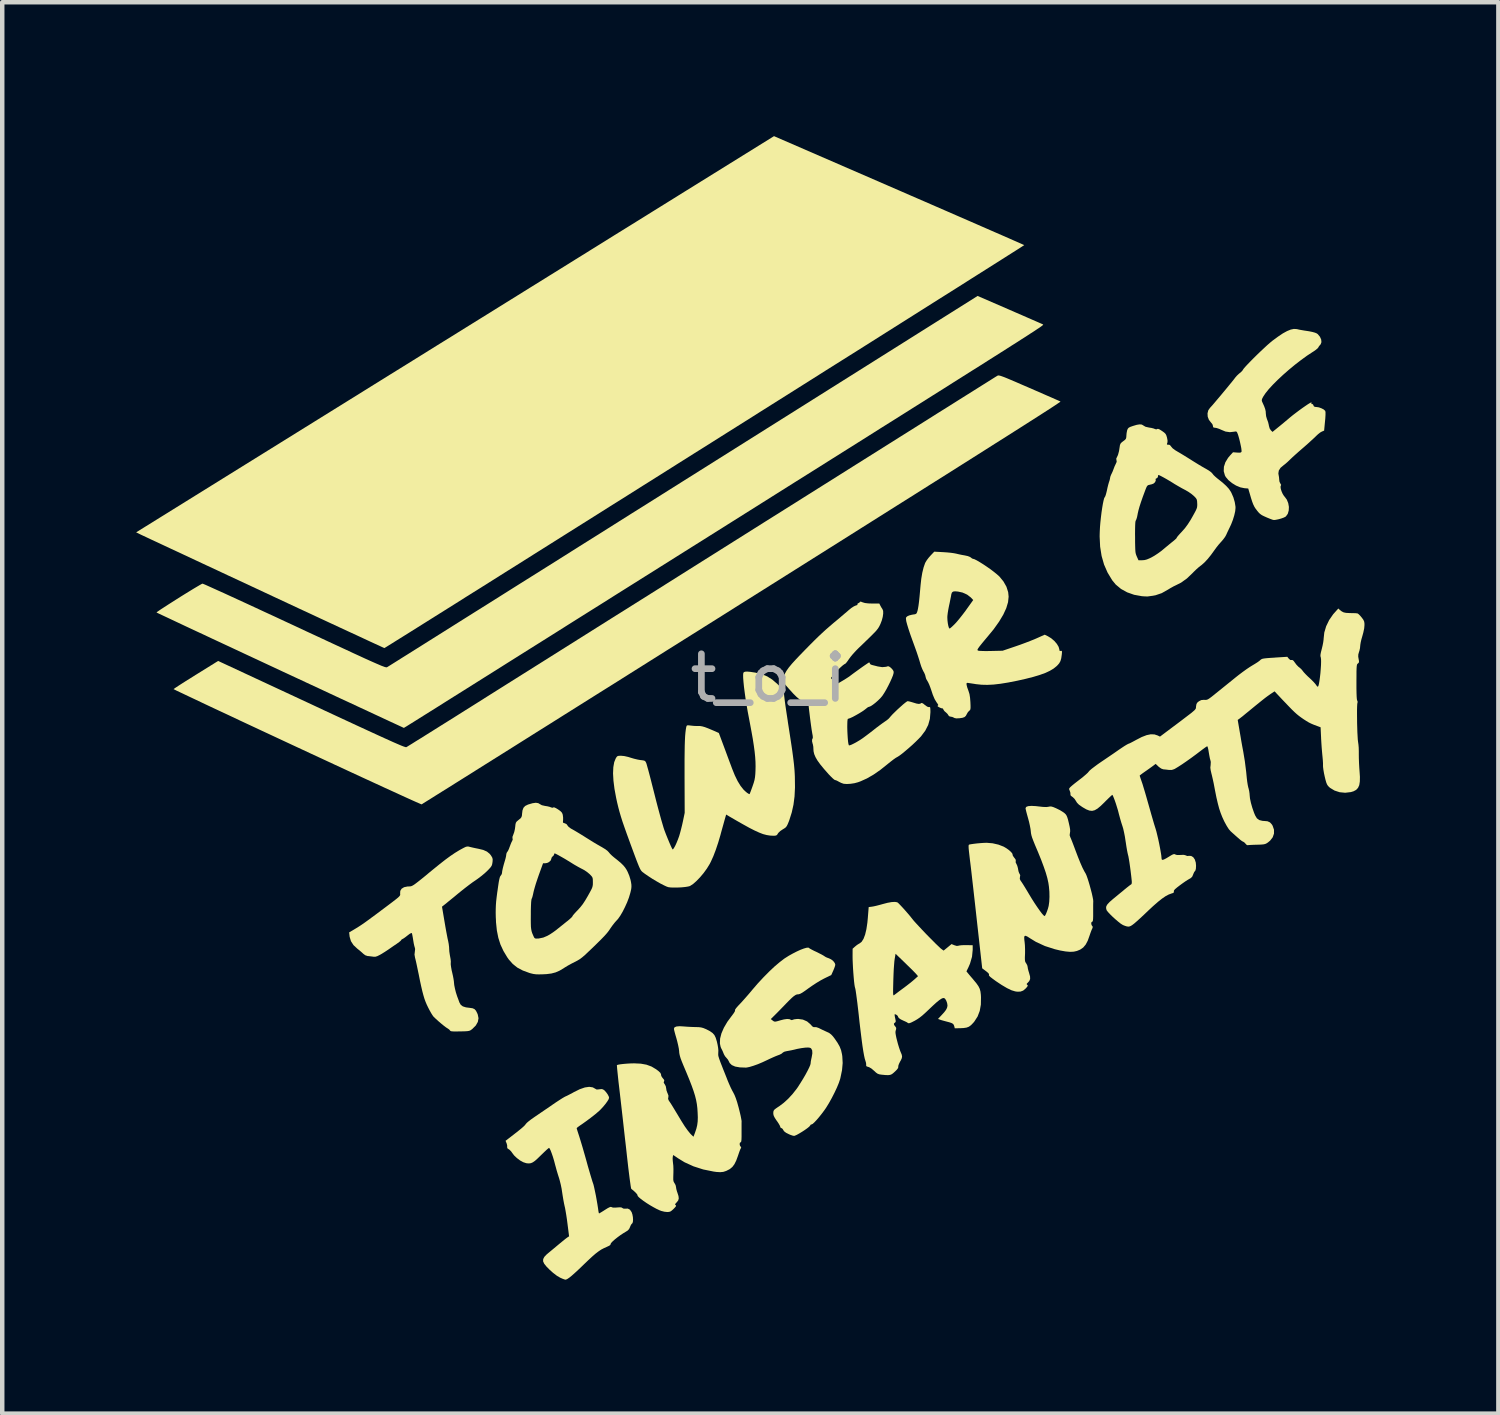
<source format=kicad_pcb>
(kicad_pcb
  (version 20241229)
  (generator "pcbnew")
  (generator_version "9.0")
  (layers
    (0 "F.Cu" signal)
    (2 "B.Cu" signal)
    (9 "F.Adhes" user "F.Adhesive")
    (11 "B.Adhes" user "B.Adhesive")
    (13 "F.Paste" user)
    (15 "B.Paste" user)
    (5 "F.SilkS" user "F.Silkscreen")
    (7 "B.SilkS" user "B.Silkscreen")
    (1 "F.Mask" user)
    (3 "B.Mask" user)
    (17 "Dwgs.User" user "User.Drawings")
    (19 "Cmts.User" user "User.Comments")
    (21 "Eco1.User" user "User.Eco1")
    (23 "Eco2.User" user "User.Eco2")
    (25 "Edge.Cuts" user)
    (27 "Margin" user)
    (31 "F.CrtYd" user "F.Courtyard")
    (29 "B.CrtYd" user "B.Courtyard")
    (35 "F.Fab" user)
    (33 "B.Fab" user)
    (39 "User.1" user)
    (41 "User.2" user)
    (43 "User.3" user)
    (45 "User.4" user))
  (footprint "t_o_i"
    (layer "F.Cu")
    (at 14.163 12.642)
    (property "Reference" "t_o_i" (at 0 -0.5 0) (unlocked yes) (layer "F.Fab") (effects (font (size 1 1) (thickness 0.15))))
    (attr smd)
    (fp_poly (pts (xy 2.925 -11.427) (xy 3.207 -11.304) (xy 3.482 -11.185) (xy 3.748 -11.069) (xy 4.003 -10.958) (xy 4.246 -10.852) (xy 4.476 -10.752) (xy 4.691 -10.658) (xy 4.89 -10.571) (xy 5.071 -10.492) (xy 5.234 -10.421) (xy 5.376 -10.359) (xy 5.496 -10.306) (xy 5.594 -10.263) (xy 5.666 -10.231) (xy 5.713 -10.21) (xy 5.732 -10.201) (xy 5.733 -10.201) (xy 5.72 -10.192) (xy 5.681 -10.167) (xy 5.618 -10.126) (xy 5.531 -10.071) (xy 5.42 -10.001) (xy 5.288 -9.917) (xy 5.135 -9.82) (xy 4.961 -9.71) (xy 4.768 -9.588) (xy 4.557 -9.455) (xy 4.329 -9.31) (xy 4.085 -9.156) (xy 3.824 -8.992) (xy 3.55 -8.819) (xy 3.262 -8.637) (xy 2.961 -8.447) (xy 2.649 -8.25) (xy 2.326 -8.046) (xy 1.993 -7.836) (xy 1.651 -7.621) (xy 1.301 -7.401) (xy 0.945 -7.176) (xy 0.582 -6.947) (xy 0.215 -6.716) (xy -0.157 -6.482) (xy -0.532 -6.245) (xy -0.909 -6.008) (xy -1.288 -5.769) (xy -1.667 -5.531) (xy -2.045 -5.293) (xy -2.422 -5.055) (xy -2.796 -4.82) (xy -3.167 -4.586) (xy -3.534 -4.356) (xy -3.895 -4.128) (xy -4.25 -3.905) (xy -4.598 -3.686) (xy -4.938 -3.472) (xy -5.269 -3.264) (xy -5.589 -3.062) (xy -5.899 -2.868) (xy -6.197 -2.68) (xy -6.482 -2.501) (xy -6.754 -2.331) (xy -7.01 -2.169) (xy -7.251 -2.018) (xy -7.476 -1.877) (xy -7.683 -1.747) (xy -7.871 -1.629) (xy -8.04 -1.523) (xy -8.189 -1.43) (xy -8.316 -1.351) (xy -8.421 -1.285) (xy -8.503 -1.234) (xy -8.561 -1.198) (xy -8.594 -1.178) (xy -8.602 -1.174) (xy -8.617 -1.18) (xy -8.659 -1.199) (xy -8.727 -1.231) (xy -8.82 -1.273) (xy -8.935 -1.326) (xy -9.072 -1.39) (xy -9.229 -1.463) (xy -9.405 -1.544) (xy -9.599 -1.634) (xy -9.808 -1.731) (xy -10.032 -1.835) (xy -10.269 -1.946) (xy -10.518 -2.061) (xy -10.777 -2.182) (xy -11.045 -2.307) (xy -11.295 -2.424) (xy -11.571 -2.553) (xy -11.841 -2.679) (xy -12.102 -2.8) (xy -12.353 -2.918) (xy -12.594 -3.03) (xy -12.821 -3.136) (xy -13.034 -3.236) (xy -13.231 -3.328) (xy -13.412 -3.412) (xy -13.574 -3.488) (xy -13.715 -3.554) (xy -13.836 -3.61) (xy -13.933 -3.656) (xy -14.006 -3.69) (xy -14.053 -3.712) (xy -14.071 -3.721) (xy -14.163 -3.766) (xy -9.209 -6.843) (xy -8.841 -7.072) (xy -8.479 -7.297) (xy -8.122 -7.518) (xy -7.773 -7.735) (xy -7.431 -7.948) (xy -7.098 -8.154) (xy -6.775 -8.355) (xy -6.464 -8.548) (xy -6.164 -8.734) (xy -5.878 -8.912) (xy -5.606 -9.081) (xy -5.349 -9.241) (xy -5.108 -9.39) (xy -4.885 -9.529) (xy -4.68 -9.656) (xy -4.495 -9.771) (xy -4.33 -9.874) (xy -4.186 -9.963) (xy -4.065 -10.038) (xy -3.968 -10.099) (xy -3.895 -10.144) (xy -3.848 -10.173) (xy -3.844 -10.176) (xy -3.779 -10.216) (xy -3.689 -10.272) (xy -3.577 -10.342) (xy -3.444 -10.425) (xy -3.292 -10.519) (xy -3.124 -10.623) (xy -2.942 -10.736) (xy -2.747 -10.857) (xy -2.542 -10.985) (xy -2.329 -11.117) (xy -2.11 -11.253) (xy -1.887 -11.392) (xy -1.662 -11.531) (xy -1.653 -11.537) (xy 0.127 -12.642)) (stroke (width 0) (type solid)) (fill yes) (layer "F.SilkS"))
    (fp_poly (pts (xy 5.172 -7.279) (xy 5.198 -7.273) (xy 5.234 -7.261) (xy 5.284 -7.243) (xy 5.348 -7.217) (xy 5.431 -7.182) (xy 5.535 -7.138) (xy 5.661 -7.083) (xy 5.814 -7.017) (xy 5.846 -7.003) (xy 5.984 -6.943) (xy 6.113 -6.887) (xy 6.231 -6.835) (xy 6.335 -6.79) (xy 6.421 -6.752) (xy 6.487 -6.723) (xy 6.529 -6.704) (xy 6.545 -6.696) (xy 6.539 -6.69) (xy 6.517 -6.674) (xy 6.478 -6.648) (xy 6.423 -6.611) (xy 6.35 -6.563) (xy 6.259 -6.504) (xy 6.15 -6.434) (xy 6.022 -6.352) (xy 5.876 -6.259) (xy 5.71 -6.153) (xy 5.524 -6.035) (xy 5.318 -5.904) (xy 5.091 -5.761) (xy 4.844 -5.604) (xy 4.575 -5.434) (xy 4.284 -5.25) (xy 3.971 -5.052) (xy 3.635 -4.841) (xy 3.276 -4.614) (xy 2.894 -4.374) (xy 2.488 -4.118) (xy 2.058 -3.847) (xy 1.603 -3.56) (xy 1.123 -3.258) (xy 0.618 -2.94) (xy 0.087 -2.606) (xy -0.471 -2.255) (xy -0.588 -2.182) (xy -1.024 -1.907) (xy -1.454 -1.637) (xy -1.876 -1.372) (xy -2.29 -1.112) (xy -2.695 -0.857) (xy -3.091 -0.608) (xy -3.475 -0.366) (xy -3.849 -0.132) (xy -4.21 0.095) (xy -4.559 0.314) (xy -4.894 0.525) (xy -5.215 0.726) (xy -5.52 0.918) (xy -5.809 1.1) (xy -6.082 1.271) (xy -6.337 1.431) (xy -6.574 1.58) (xy -6.792 1.717) (xy -6.99 1.841) (xy -7.168 1.953) (xy -7.324 2.05) (xy -7.458 2.134) (xy -7.569 2.204) (xy -7.656 2.258) (xy -7.719 2.297) (xy -7.756 2.321) (xy -7.768 2.328) (xy -7.784 2.322) (xy -7.828 2.303) (xy -7.897 2.273) (xy -7.991 2.231) (xy -8.108 2.178) (xy -8.246 2.115) (xy -8.405 2.042) (xy -8.583 1.961) (xy -8.778 1.871) (xy -8.989 1.774) (xy -9.215 1.67) (xy -9.454 1.559) (xy -9.705 1.443) (xy -9.967 1.321) (xy -10.237 1.196) (xy -10.516 1.066) (xy -10.557 1.047) (xy -10.836 0.917) (xy -11.108 0.79) (xy -11.37 0.668) (xy -11.622 0.55) (xy -11.862 0.438) (xy -12.088 0.331) (xy -12.301 0.232) (xy -12.497 0.14) (xy -12.675 0.056) (xy -12.835 -0.02) (xy -12.975 -0.086) (xy -13.093 -0.142) (xy -13.188 -0.187) (xy -13.26 -0.221) (xy -13.305 -0.244) (xy -13.323 -0.253) (xy -13.324 -0.254) (xy -13.311 -0.264) (xy -13.274 -0.29) (xy -13.216 -0.328) (xy -13.14 -0.377) (xy -13.049 -0.435) (xy -12.946 -0.499) (xy -12.834 -0.57) (xy -12.825 -0.575) (xy -12.326 -0.885) (xy -10.235 0.088) (xy -9.945 0.224) (xy -9.682 0.346) (xy -9.445 0.456) (xy -9.232 0.555) (xy -9.043 0.642) (xy -8.876 0.719) (xy -8.73 0.786) (xy -8.603 0.844) (xy -8.494 0.893) (xy -8.401 0.935) (xy -8.325 0.968) (xy -8.262 0.995) (xy -8.212 1.016) (xy -8.173 1.031) (xy -8.145 1.04) (xy -8.126 1.046) (xy -8.114 1.047) (xy -8.11 1.046) (xy -8.092 1.036) (xy -8.05 1.01) (xy -7.983 0.969) (xy -7.896 0.914) (xy -7.787 0.847) (xy -7.661 0.768) (xy -7.517 0.678) (xy -7.358 0.578) (xy -7.185 0.47) (xy -7 0.354) (xy -6.805 0.231) (xy -6.601 0.103) (xy -6.389 -0.03) (xy -6.362 -0.048) (xy -5.777 -0.416) (xy -5.201 -0.778) (xy -4.635 -1.134) (xy -4.079 -1.484) (xy -3.534 -1.827) (xy -3 -2.162) (xy -2.478 -2.49) (xy -1.969 -2.811) (xy -1.473 -3.123) (xy -0.99 -3.427) (xy -0.521 -3.722) (xy -0.067 -4.008) (xy 0.373 -4.284) (xy 0.796 -4.55) (xy 1.203 -4.806) (xy 1.593 -5.051) (xy 1.966 -5.286) (xy 2.321 -5.509) (xy 2.658 -5.721) (xy 2.976 -5.921) (xy 3.274 -6.108) (xy 3.552 -6.283) (xy 3.809 -6.445) (xy 4.046 -6.593) (xy 4.26 -6.728) (xy 4.453 -6.849) (xy 4.622 -6.955) (xy 4.768 -7.047) (xy 4.891 -7.124) (xy 4.988 -7.185) (xy 5.061 -7.231) (xy 5.108 -7.26) (xy 5.13 -7.273) (xy 5.131 -7.274) (xy 5.141 -7.279) (xy 5.154 -7.281)) (stroke (width 0) (type solid)) (fill yes) (layer "F.SilkS"))
    (fp_poly (pts (xy 5.403 -8.752) (xy 5.545 -8.69) (xy 5.679 -8.632) (xy 5.802 -8.578) (xy 5.912 -8.53) (xy 6.004 -8.49) (xy 6.077 -8.458) (xy 6.127 -8.436) (xy 6.151 -8.425) (xy 6.152 -8.424) (xy 6.154 -8.423) (xy 6.156 -8.422) (xy 6.157 -8.42) (xy 6.157 -8.417) (xy 6.154 -8.414) (xy 6.149 -8.408) (xy 6.141 -8.401) (xy 6.128 -8.391) (xy 6.112 -8.379) (xy 6.09 -8.363) (xy 6.062 -8.344) (xy 6.028 -8.322) (xy 5.988 -8.295) (xy 5.94 -8.263) (xy 5.883 -8.227) (xy 5.819 -8.185) (xy 5.745 -8.137) (xy 5.661 -8.084) (xy 5.567 -8.023) (xy 5.462 -7.957) (xy 5.345 -7.882) (xy 5.217 -7.801) (xy 5.075 -7.711) (xy 4.92 -7.613) (xy 4.752 -7.506) (xy 4.568 -7.391) (xy 4.37 -7.266) (xy 4.156 -7.131) (xy 3.926 -6.985) (xy 3.679 -6.83) (xy 3.414 -6.663) (xy 3.131 -6.485) (xy 2.83 -6.295) (xy 2.509 -6.094) (xy 2.169 -5.879) (xy 1.808 -5.652) (xy 1.426 -5.412) (xy 1.023 -5.158) (xy 0.597 -4.891) (xy 0.149 -4.609) (xy -0.323 -4.312) (xy -0.819 -4) (xy -1.339 -3.673) (xy -1.885 -3.33) (xy -2.456 -2.971) (xy -2.865 -2.714) (xy -3.04 -2.604) (xy -3.239 -2.479) (xy -3.459 -2.341) (xy -3.696 -2.191) (xy -3.948 -2.033) (xy -4.211 -1.868) (xy -4.483 -1.697) (xy -4.76 -1.522) (xy -5.04 -1.346) (xy -5.319 -1.171) (xy -5.594 -0.998) (xy -5.863 -0.829) (xy -6.121 -0.666) (xy -6.16 -0.642) (xy -6.389 -0.498) (xy -6.61 -0.359) (xy -6.823 -0.225) (xy -7.026 -0.098) (xy -7.217 0.022) (xy -7.394 0.134) (xy -7.557 0.236) (xy -7.704 0.328) (xy -7.833 0.409) (xy -7.943 0.478) (xy -8.033 0.534) (xy -8.1 0.576) (xy -8.145 0.603) (xy -8.164 0.615) (xy -8.164 0.615) (xy -8.179 0.609) (xy -8.221 0.589) (xy -8.288 0.558) (xy -8.381 0.515) (xy -8.496 0.462) (xy -8.633 0.398) (xy -8.79 0.325) (xy -8.966 0.243) (xy -9.16 0.153) (xy -9.37 0.055) (xy -9.595 -0.049) (xy -9.833 -0.16) (xy -10.083 -0.277) (xy -10.344 -0.398) (xy -10.614 -0.524) (xy -10.892 -0.653) (xy -10.932 -0.672) (xy -11.211 -0.802) (xy -11.483 -0.929) (xy -11.745 -1.051) (xy -11.997 -1.169) (xy -12.237 -1.281) (xy -12.465 -1.387) (xy -12.677 -1.487) (xy -12.874 -1.578) (xy -13.053 -1.662) (xy -13.214 -1.738) (xy -13.354 -1.804) (xy -13.473 -1.86) (xy -13.569 -1.905) (xy -13.641 -1.939) (xy -13.687 -1.961) (xy -13.706 -1.97) (xy -13.706 -1.971) (xy -13.696 -1.981) (xy -13.662 -2.005) (xy -13.608 -2.042) (xy -13.537 -2.088) (xy -13.454 -2.142) (xy -13.361 -2.201) (xy -13.262 -2.264) (xy -13.161 -2.328) (xy -13.061 -2.39) (xy -12.965 -2.449) (xy -12.877 -2.503) (xy -12.801 -2.548) (xy -12.74 -2.584) (xy -12.697 -2.608) (xy -12.677 -2.617) (xy -12.66 -2.611) (xy -12.616 -2.593) (xy -12.547 -2.562) (xy -12.454 -2.52) (xy -12.339 -2.468) (xy -12.203 -2.407) (xy -12.049 -2.336) (xy -11.877 -2.257) (xy -11.69 -2.171) (xy -11.489 -2.078) (xy -11.276 -1.979) (xy -11.052 -1.876) (xy -10.819 -1.767) (xy -10.616 -1.673) (xy -10.334 -1.541) (xy -10.079 -1.423) (xy -9.85 -1.316) (xy -9.645 -1.221) (xy -9.463 -1.137) (xy -9.303 -1.062) (xy -9.163 -0.998) (xy -9.042 -0.942) (xy -8.938 -0.895) (xy -8.85 -0.856) (xy -8.777 -0.824) (xy -8.716 -0.798) (xy -8.668 -0.777) (xy -8.629 -0.763) (xy -8.6 -0.752) (xy -8.578 -0.746) (xy -8.563 -0.743) (xy -8.552 -0.742) (xy -8.544 -0.744) (xy -8.54 -0.746) (xy -8.525 -0.755) (xy -8.483 -0.781) (xy -8.416 -0.823) (xy -8.325 -0.88) (xy -8.211 -0.952) (xy -8.073 -1.038) (xy -7.914 -1.138) (xy -7.734 -1.251) (xy -7.534 -1.377) (xy -7.314 -1.515) (xy -7.076 -1.665) (xy -6.82 -1.826) (xy -6.546 -1.998) (xy -6.257 -2.179) (xy -5.952 -2.371) (xy -5.633 -2.572) (xy -5.3 -2.781) (xy -4.954 -2.998) (xy -4.596 -3.223) (xy -4.227 -3.456) (xy -3.847 -3.694) (xy -3.458 -3.939) (xy -3.06 -4.19) (xy -2.653 -4.445) (xy -2.24 -4.705) (xy -1.906 -4.915) (xy 4.688 -9.062)) (stroke (width 0) (type solid)) (fill yes) (layer "F.SilkS"))
    (fp_poly (pts (xy -6.717 3.273) (xy -6.683 3.282) (xy -6.679 3.283) (xy -6.624 3.296) (xy -6.555 3.311) (xy -6.495 3.323) (xy -6.387 3.349) (xy -6.304 3.386) (xy -6.242 3.437) (xy -6.213 3.474) (xy -6.187 3.517) (xy -6.176 3.554) (xy -6.177 3.599) (xy -6.18 3.625) (xy -6.187 3.668) (xy -6.198 3.701) (xy -6.219 3.734) (xy -6.255 3.775) (xy -6.296 3.817) (xy -6.355 3.872) (xy -6.43 3.934) (xy -6.509 3.994) (xy -6.559 4.029) (xy -6.624 4.073) (xy -6.705 4.133) (xy -6.795 4.202) (xy -6.887 4.275) (xy -6.962 4.336) (xy -7.04 4.401) (xy -7.114 4.461) (xy -7.178 4.513) (xy -7.227 4.554) (xy -7.258 4.578) (xy -7.259 4.579) (xy -7.311 4.62) (xy -7.254 4.958) (xy -7.236 5.064) (xy -7.218 5.165) (xy -7.201 5.255) (xy -7.187 5.328) (xy -7.176 5.377) (xy -7.174 5.385) (xy -7.161 5.454) (xy -7.152 5.527) (xy -7.151 5.559) (xy -7.147 5.625) (xy -7.136 5.699) (xy -7.129 5.737) (xy -7.118 5.797) (xy -7.113 5.853) (xy -7.115 5.881) (xy -7.115 5.918) (xy -7.107 5.977) (xy -7.094 6.049) (xy -7.083 6.095) (xy -7.066 6.17) (xy -7.053 6.238) (xy -7.045 6.292) (xy -7.043 6.315) (xy -7.037 6.376) (xy -7.021 6.455) (xy -7 6.54) (xy -6.974 6.621) (xy -6.971 6.63) (xy -6.948 6.691) (xy -6.926 6.752) (xy -6.921 6.766) (xy -6.891 6.818) (xy -6.844 6.854) (xy -6.774 6.876) (xy -6.687 6.887) (xy -6.626 6.896) (xy -6.583 6.915) (xy -6.55 6.951) (xy -6.52 7.011) (xy -6.51 7.036) (xy -6.493 7.119) (xy -6.508 7.201) (xy -6.553 7.281) (xy -6.63 7.358) (xy -6.635 7.362) (xy -6.66 7.381) (xy -6.682 7.395) (xy -6.709 7.403) (xy -6.747 7.409) (xy -6.802 7.412) (xy -6.879 7.414) (xy -6.908 7.414) (xy -6.995 7.416) (xy -7.057 7.415) (xy -7.096 7.412) (xy -7.118 7.406) (xy -7.129 7.397) (xy -7.13 7.395) (xy -7.15 7.372) (xy -7.185 7.347) (xy -7.188 7.346) (xy -7.223 7.323) (xy -7.274 7.284) (xy -7.334 7.235) (xy -7.397 7.181) (xy -7.456 7.127) (xy -7.499 7.086) (xy -7.522 7.055) (xy -7.555 7.003) (xy -7.591 6.938) (xy -7.621 6.88) (xy -7.652 6.816) (xy -7.679 6.752) (xy -7.704 6.684) (xy -7.727 6.607) (xy -7.751 6.517) (xy -7.776 6.41) (xy -7.804 6.281) (xy -7.835 6.125) (xy -7.837 6.117) (xy -7.857 6.021) (xy -7.876 5.93) (xy -7.893 5.852) (xy -7.907 5.793) (xy -7.915 5.763) (xy -7.927 5.693) (xy -7.92 5.632) (xy -7.913 5.568) (xy -7.921 5.534) (xy -7.931 5.501) (xy -7.943 5.448) (xy -7.954 5.383) (xy -7.957 5.365) (xy -7.967 5.302) (xy -7.977 5.25) (xy -7.984 5.218) (xy -7.986 5.214) (xy -8.002 5.211) (xy -8.037 5.23) (xy -8.083 5.265) (xy -8.13 5.302) (xy -8.171 5.331) (xy -8.197 5.345) (xy -8.197 5.345) (xy -8.22 5.359) (xy -8.225 5.369) (xy -8.237 5.384) (xy -8.269 5.411) (xy -8.316 5.445) (xy -8.331 5.456) (xy -8.397 5.5) (xy -8.466 5.548) (xy -8.525 5.589) (xy -8.589 5.631) (xy -8.661 5.676) (xy -8.703 5.7) (xy -8.759 5.728) (xy -8.801 5.741) (xy -8.841 5.742) (xy -8.861 5.739) (xy -8.917 5.732) (xy -8.969 5.726) (xy -8.977 5.726) (xy -9.029 5.709) (xy -9.072 5.677) (xy -9.108 5.644) (xy -9.158 5.601) (xy -9.207 5.562) (xy -9.294 5.481) (xy -9.351 5.393) (xy -9.38 5.295) (xy -9.382 5.278) (xy -9.391 5.196) (xy -9.277 5.129) (xy -9.229 5.1) (xy -9.184 5.072) (xy -9.139 5.043) (xy -9.09 5.01) (xy -9.034 4.971) (xy -8.968 4.923) (xy -8.888 4.864) (xy -8.791 4.793) (xy -8.674 4.705) (xy -8.623 4.667) (xy -8.515 4.586) (xy -8.429 4.521) (xy -8.364 4.471) (xy -8.316 4.433) (xy -8.283 4.404) (xy -8.262 4.382) (xy -8.251 4.365) (xy -8.247 4.351) (xy -8.248 4.337) (xy -8.249 4.33) (xy -8.246 4.267) (xy -8.216 4.218) (xy -8.161 4.184) (xy -8.084 4.168) (xy -8.056 4.167) (xy -8.033 4.166) (xy -8.013 4.164) (xy -7.992 4.158) (xy -7.967 4.146) (xy -7.936 4.127) (xy -7.896 4.098) (xy -7.844 4.058) (xy -7.777 4.005) (xy -7.693 3.937) (xy -7.59 3.851) (xy -7.514 3.789) (xy -7.366 3.669) (xy -7.237 3.568) (xy -7.124 3.485) (xy -7.022 3.416) (xy -6.929 3.359) (xy -6.877 3.33) (xy -6.817 3.298) (xy -6.776 3.279) (xy -6.745 3.272)) (stroke (width 0) (type solid)) (fill yes) (layer "F.SilkS"))
    (fp_poly (pts (xy -3.933 8.668) (xy -3.881 8.697) (xy -3.847 8.716) (xy -3.806 8.714) (xy -3.795 8.712) (xy -3.738 8.706) (xy -3.705 8.713) (xy -3.671 8.736) (xy -3.634 8.777) (xy -3.599 8.826) (xy -3.575 8.872) (xy -3.568 8.901) (xy -3.578 8.934) (xy -3.607 8.982) (xy -3.65 9.041) (xy -3.702 9.104) (xy -3.758 9.164) (xy -3.792 9.197) (xy -3.876 9.269) (xy -3.978 9.349) (xy -4.087 9.43) (xy -4.193 9.505) (xy -4.203 9.511) (xy -4.248 9.543) (xy -4.281 9.568) (xy -4.294 9.583) (xy -4.294 9.583) (xy -4.289 9.602) (xy -4.276 9.645) (xy -4.257 9.704) (xy -4.239 9.759) (xy -4.22 9.82) (xy -4.194 9.905) (xy -4.163 10.008) (xy -4.13 10.123) (xy -4.096 10.242) (xy -4.073 10.324) (xy -4.042 10.437) (xy -4.011 10.543) (xy -3.983 10.639) (xy -3.959 10.718) (xy -3.941 10.777) (xy -3.931 10.806) (xy -3.917 10.848) (xy -3.901 10.915) (xy -3.883 11) (xy -3.863 11.096) (xy -3.845 11.197) (xy -3.828 11.296) (xy -3.814 11.386) (xy -3.809 11.425) (xy -3.802 11.466) (xy -3.795 11.49) (xy -3.792 11.492) (xy -3.776 11.484) (xy -3.74 11.463) (xy -3.69 11.432) (xy -3.659 11.412) (xy -3.598 11.374) (xy -3.556 11.353) (xy -3.53 11.345) (xy -3.513 11.35) (xy -3.512 11.351) (xy -3.48 11.362) (xy -3.423 11.362) (xy -3.389 11.359) (xy -3.329 11.355) (xy -3.293 11.358) (xy -3.272 11.369) (xy -3.27 11.371) (xy -3.24 11.386) (xy -3.213 11.386) (xy -3.148 11.384) (xy -3.1 11.409) (xy -3.063 11.463) (xy -3.062 11.465) (xy -3.045 11.517) (xy -3.034 11.577) (xy -3.031 11.635) (xy -3.035 11.684) (xy -3.047 11.714) (xy -3.053 11.718) (xy -3.071 11.738) (xy -3.091 11.776) (xy -3.097 11.794) (xy -3.12 11.843) (xy -3.154 11.878) (xy -3.19 11.9) (xy -3.251 11.937) (xy -3.317 11.981) (xy -3.382 12.029) (xy -3.442 12.077) (xy -3.49 12.12) (xy -3.522 12.154) (xy -3.533 12.175) (xy -3.533 12.175) (xy -3.538 12.195) (xy -3.563 12.215) (xy -3.614 12.239) (xy -3.618 12.241) (xy -3.683 12.27) (xy -3.744 12.302) (xy -3.805 12.343) (xy -3.872 12.394) (xy -3.948 12.46) (xy -4.037 12.543) (xy -4.128 12.63) (xy -4.239 12.737) (xy -4.331 12.822) (xy -4.404 12.887) (xy -4.461 12.933) (xy -4.505 12.962) (xy -4.535 12.975) (xy -4.545 12.976) (xy -4.572 12.97) (xy -4.616 12.953) (xy -4.665 12.931) (xy -4.738 12.888) (xy -4.824 12.822) (xy -4.897 12.757) (xy -4.972 12.681) (xy -5.022 12.618) (xy -5.046 12.565) (xy -5.044 12.515) (xy -5.018 12.465) (xy -4.967 12.411) (xy -4.924 12.375) (xy -4.866 12.327) (xy -4.795 12.268) (xy -4.722 12.207) (xy -4.679 12.171) (xy -4.619 12.122) (xy -4.565 12.078) (xy -4.523 12.045) (xy -4.501 12.029) (xy -4.464 12.005) (xy -4.499 11.729) (xy -4.512 11.628) (xy -4.527 11.529) (xy -4.542 11.439) (xy -4.555 11.367) (xy -4.563 11.334) (xy -4.577 11.269) (xy -4.593 11.184) (xy -4.608 11.092) (xy -4.618 11.027) (xy -4.632 10.935) (xy -4.652 10.839) (xy -4.674 10.752) (xy -4.688 10.703) (xy -4.713 10.625) (xy -4.741 10.532) (xy -4.766 10.44) (xy -4.775 10.408) (xy -4.8 10.312) (xy -4.827 10.222) (xy -4.854 10.144) (xy -4.878 10.081) (xy -4.898 10.04) (xy -4.913 10.024) (xy -4.914 10.024) (xy -4.93 10.035) (xy -4.964 10.064) (xy -5.011 10.108) (xy -5.068 10.163) (xy -5.096 10.19) (xy -5.17 10.262) (xy -5.228 10.314) (xy -5.276 10.347) (xy -5.319 10.366) (xy -5.362 10.372) (xy -5.409 10.369) (xy -5.425 10.366) (xy -5.49 10.345) (xy -5.563 10.305) (xy -5.634 10.251) (xy -5.695 10.193) (xy -5.728 10.15) (xy -5.762 10.103) (xy -5.797 10.067) (xy -5.818 10.053) (xy -5.848 10.031) (xy -5.851 10.003) (xy -5.851 9.968) (xy -5.863 9.923) (xy -5.865 9.919) (xy -5.887 9.865) (xy -5.79 9.791) (xy -5.683 9.708) (xy -5.599 9.642) (xy -5.535 9.59) (xy -5.489 9.55) (xy -5.458 9.52) (xy -5.439 9.497) (xy -5.435 9.49) (xy -5.413 9.465) (xy -5.37 9.428) (xy -5.313 9.384) (xy -5.247 9.338) (xy -5.243 9.335) (xy -5.171 9.286) (xy -5.082 9.225) (xy -4.985 9.159) (xy -4.888 9.093) (xy -4.838 9.058) (xy -4.759 9.004) (xy -4.684 8.955) (xy -4.62 8.914) (xy -4.571 8.885) (xy -4.546 8.872) (xy -4.508 8.855) (xy -4.452 8.826) (xy -4.387 8.792) (xy -4.357 8.775) (xy -4.226 8.71) (xy -4.111 8.67) (xy -4.013 8.656)) (stroke (width 0) (type solid)) (fill yes) (layer "F.SilkS"))
    (fp_poly (pts (xy 0.91 5.544) (xy 0.928 5.558) (xy 0.968 5.58) (xy 1.024 5.609) (xy 1.072 5.631) (xy 1.138 5.664) (xy 1.197 5.694) (xy 1.239 5.718) (xy 1.255 5.729) (xy 1.29 5.751) (xy 1.339 5.771) (xy 1.353 5.775) (xy 1.407 5.801) (xy 1.455 5.839) (xy 1.489 5.884) (xy 1.5 5.921) (xy 1.493 5.951) (xy 1.477 5.998) (xy 1.455 6.051) (xy 1.41 6.151) (xy 1.245 6.232) (xy 1.167 6.274) (xy 1.076 6.329) (xy 0.983 6.39) (xy 0.9 6.448) (xy 0.82 6.506) (xy 0.759 6.547) (xy 0.715 6.571) (xy 0.682 6.582) (xy 0.671 6.583) (xy 0.641 6.586) (xy 0.61 6.598) (xy 0.574 6.622) (xy 0.529 6.66) (xy 0.471 6.716) (xy 0.396 6.792) (xy 0.387 6.802) (xy 0.322 6.869) (xy 0.254 6.939) (xy 0.193 7.001) (xy 0.15 7.044) (xy 0.055 7.138) (xy 0.093 7.168) (xy 0.117 7.186) (xy 0.139 7.195) (xy 0.167 7.194) (xy 0.209 7.184) (xy 0.266 7.167) (xy 0.348 7.146) (xy 0.42 7.136) (xy 0.473 7.14) (xy 0.5 7.153) (xy 0.525 7.162) (xy 0.55 7.153) (xy 0.583 7.143) (xy 0.635 7.137) (xy 0.67 7.135) (xy 0.775 7.15) (xy 0.868 7.191) (xy 0.944 7.256) (xy 0.952 7.265) (xy 0.986 7.303) (xy 1.014 7.318) (xy 1.037 7.318) (xy 1.077 7.32) (xy 1.133 7.34) (xy 1.148 7.348) (xy 1.207 7.377) (xy 1.276 7.409) (xy 1.313 7.426) (xy 1.365 7.451) (xy 1.406 7.482) (xy 1.447 7.525) (xy 1.483 7.572) (xy 1.55 7.669) (xy 1.598 7.754) (xy 1.63 7.837) (xy 1.65 7.926) (xy 1.657 7.973) (xy 1.665 8.123) (xy 1.651 8.281) (xy 1.615 8.455) (xy 1.608 8.483) (xy 1.579 8.569) (xy 1.536 8.673) (xy 1.482 8.788) (xy 1.421 8.907) (xy 1.357 9.022) (xy 1.293 9.126) (xy 1.255 9.181) (xy 1.195 9.261) (xy 1.136 9.335) (xy 1.081 9.399) (xy 1.033 9.45) (xy 0.995 9.485) (xy 0.971 9.498) (xy 0.967 9.498) (xy 0.95 9.503) (xy 0.935 9.526) (xy 0.914 9.55) (xy 0.873 9.583) (xy 0.817 9.623) (xy 0.754 9.664) (xy 0.691 9.702) (xy 0.635 9.733) (xy 0.593 9.751) (xy 0.576 9.755) (xy 0.544 9.749) (xy 0.497 9.733) (xy 0.466 9.72) (xy 0.396 9.685) (xy 0.351 9.65) (xy 0.327 9.611) (xy 0.327 9.61) (xy 0.307 9.586) (xy 0.293 9.582) (xy 0.272 9.569) (xy 0.268 9.554) (xy 0.259 9.529) (xy 0.236 9.487) (xy 0.202 9.435) (xy 0.189 9.418) (xy 0.147 9.355) (xy 0.122 9.308) (xy 0.112 9.268) (xy 0.111 9.253) (xy 0.112 9.217) (xy 0.119 9.191) (xy 0.136 9.167) (xy 0.169 9.141) (xy 0.221 9.105) (xy 0.245 9.09) (xy 0.343 9.016) (xy 0.446 8.922) (xy 0.545 8.814) (xy 0.634 8.701) (xy 0.658 8.667) (xy 0.72 8.57) (xy 0.78 8.473) (xy 0.834 8.38) (xy 0.88 8.294) (xy 0.916 8.221) (xy 0.939 8.166) (xy 0.947 8.133) (xy 0.951 8.09) (xy 0.962 8.033) (xy 0.971 7.993) (xy 0.986 7.905) (xy 0.982 7.839) (xy 0.958 7.795) (xy 0.934 7.781) (xy 0.892 7.775) (xy 0.826 7.778) (xy 0.741 7.789) (xy 0.644 7.807) (xy 0.584 7.822) (xy 0.517 7.837) (xy 0.447 7.85) (xy 0.418 7.855) (xy 0.362 7.868) (xy 0.325 7.888) (xy 0.32 7.894) (xy 0.294 7.915) (xy 0.25 7.937) (xy 0.217 7.949) (xy 0.168 7.968) (xy 0.101 7.997) (xy 0.026 8.031) (xy -0.032 8.059) (xy -0.133 8.106) (xy -0.235 8.149) (xy -0.333 8.184) (xy -0.419 8.21) (xy -0.486 8.224) (xy -0.51 8.225) (xy -0.64 8.22) (xy -0.743 8.202) (xy -0.818 8.169) (xy -0.866 8.123) (xy -0.881 8.092) (xy -0.906 8.046) (xy -0.938 8.008) (xy -0.94 8.006) (xy -0.97 7.971) (xy -0.997 7.923) (xy -1.003 7.907) (xy -1.024 7.856) (xy -1.046 7.811) (xy -1.052 7.801) (xy -1.068 7.764) (xy -1.08 7.71) (xy -1.085 7.681) (xy -1.081 7.576) (xy -1.051 7.459) (xy -0.996 7.332) (xy -0.918 7.199) (xy -0.83 7.08) (xy -0.782 7.016) (xy -0.753 6.971) (xy -0.745 6.946) (xy -0.747 6.943) (xy -0.745 6.927) (xy -0.721 6.892) (xy -0.677 6.841) (xy -0.646 6.809) (xy -0.592 6.751) (xy -0.526 6.677) (xy -0.454 6.595) (xy -0.384 6.513) (xy -0.364 6.488) (xy -0.242 6.346) (xy -0.114 6.208) (xy 0.013 6.079) (xy 0.137 5.962) (xy 0.254 5.863) (xy 0.357 5.784) (xy 0.374 5.773) (xy 0.459 5.719) (xy 0.549 5.669) (xy 0.637 5.624) (xy 0.72 5.586) (xy 0.794 5.558) (xy 0.853 5.541) (xy 0.894 5.537)) (stroke (width 0) (type solid)) (fill yes) (layer "F.SilkS"))
    (fp_poly (pts (xy 11.834 -8.32) (xy 11.85 -8.317) (xy 11.901 -8.305) (xy 11.965 -8.294) (xy 12.005 -8.287) (xy 12.111 -8.271) (xy 12.19 -8.255) (xy 12.247 -8.239) (xy 12.287 -8.222) (xy 12.31 -8.205) (xy 12.358 -8.147) (xy 12.385 -8.086) (xy 12.391 -8.027) (xy 12.373 -7.978) (xy 12.361 -7.965) (xy 12.334 -7.932) (xy 12.321 -7.908) (xy 12.304 -7.887) (xy 12.267 -7.856) (xy 12.216 -7.82) (xy 12.192 -7.805) (xy 12.064 -7.721) (xy 11.931 -7.624) (xy 11.795 -7.519) (xy 11.661 -7.408) (xy 11.532 -7.295) (xy 11.411 -7.182) (xy 11.303 -7.074) (xy 11.21 -6.973) (xy 11.137 -6.882) (xy 11.086 -6.805) (xy 11.083 -6.8) (xy 11.061 -6.756) (xy 11.054 -6.727) (xy 11.059 -6.7) (xy 11.07 -6.675) (xy 11.107 -6.593) (xy 11.13 -6.53) (xy 11.142 -6.477) (xy 11.145 -6.428) (xy 11.152 -6.366) (xy 11.17 -6.304) (xy 11.175 -6.292) (xy 11.197 -6.232) (xy 11.212 -6.169) (xy 11.213 -6.158) (xy 11.231 -6.093) (xy 11.258 -6.052) (xy 11.295 -6.016) (xy 11.415 -6.114) (xy 11.478 -6.165) (xy 11.554 -6.228) (xy 11.633 -6.294) (xy 11.692 -6.344) (xy 11.75 -6.391) (xy 11.818 -6.443) (xy 11.891 -6.498) (xy 11.964 -6.551) (xy 12.032 -6.598) (xy 12.091 -6.638) (xy 12.136 -6.665) (xy 12.162 -6.677) (xy 12.164 -6.678) (xy 12.169 -6.666) (xy 12.166 -6.655) (xy 12.167 -6.639) (xy 12.179 -6.64) (xy 12.2 -6.635) (xy 12.211 -6.612) (xy 12.223 -6.587) (xy 12.25 -6.576) (xy 12.278 -6.574) (xy 12.333 -6.566) (xy 12.391 -6.545) (xy 12.443 -6.518) (xy 12.475 -6.488) (xy 12.476 -6.487) (xy 12.482 -6.458) (xy 12.482 -6.4) (xy 12.477 -6.314) (xy 12.471 -6.253) (xy 12.451 -6.045) (xy 12.399 -6.023) (xy 12.361 -6.001) (xy 12.313 -5.963) (xy 12.264 -5.917) (xy 12.263 -5.915) (xy 12.223 -5.877) (xy 12.164 -5.823) (xy 12.094 -5.759) (xy 12.017 -5.691) (xy 11.958 -5.64) (xy 11.882 -5.574) (xy 11.81 -5.51) (xy 11.748 -5.454) (xy 11.699 -5.408) (xy 11.674 -5.383) (xy 11.624 -5.336) (xy 11.57 -5.29) (xy 11.545 -5.271) (xy 11.475 -5.212) (xy 11.436 -5.151) (xy 11.426 -5.087) (xy 11.43 -5.059) (xy 11.44 -5.003) (xy 11.445 -4.948) (xy 11.445 -4.942) (xy 11.452 -4.896) (xy 11.471 -4.86) (xy 11.471 -4.859) (xy 11.488 -4.83) (xy 11.482 -4.814) (xy 11.474 -4.787) (xy 11.48 -4.741) (xy 11.497 -4.686) (xy 11.521 -4.631) (xy 11.55 -4.584) (xy 11.566 -4.565) (xy 11.615 -4.499) (xy 11.647 -4.42) (xy 11.662 -4.336) (xy 11.658 -4.255) (xy 11.637 -4.182) (xy 11.597 -4.126) (xy 11.585 -4.116) (xy 11.548 -4.097) (xy 11.49 -4.076) (xy 11.425 -4.058) (xy 11.364 -4.046) (xy 11.327 -4.042) (xy 11.298 -4.048) (xy 11.25 -4.065) (xy 11.191 -4.089) (xy 11.169 -4.098) (xy 11.1 -4.129) (xy 11.053 -4.153) (xy 11.019 -4.177) (xy 10.989 -4.205) (xy 10.956 -4.244) (xy 10.939 -4.266) (xy 10.909 -4.306) (xy 10.885 -4.346) (xy 10.862 -4.394) (xy 10.839 -4.455) (xy 10.813 -4.536) (xy 10.791 -4.612) (xy 10.751 -4.748) (xy 10.666 -4.755) (xy 10.574 -4.774) (xy 10.478 -4.814) (xy 10.387 -4.87) (xy 10.307 -4.936) (xy 10.247 -5.007) (xy 10.228 -5.043) (xy 10.202 -5.136) (xy 10.206 -5.235) (xy 10.239 -5.336) (xy 10.3 -5.436) (xy 10.342 -5.486) (xy 10.41 -5.56) (xy 10.501 -5.553) (xy 10.554 -5.551) (xy 10.584 -5.555) (xy 10.598 -5.567) (xy 10.601 -5.574) (xy 10.601 -5.602) (xy 10.595 -5.653) (xy 10.582 -5.718) (xy 10.566 -5.792) (xy 10.548 -5.865) (xy 10.529 -5.931) (xy 10.518 -5.965) (xy 10.501 -6.006) (xy 10.485 -6.024) (xy 10.462 -6.026) (xy 10.444 -6.022) (xy 10.34 -6.01) (xy 10.242 -6.024) (xy 10.155 -6.06) (xy 10.098 -6.085) (xy 10.044 -6.103) (xy 10.009 -6.109) (xy 9.975 -6.113) (xy 9.962 -6.131) (xy 9.961 -6.149) (xy 9.948 -6.189) (xy 9.914 -6.23) (xy 9.869 -6.288) (xy 9.843 -6.358) (xy 9.839 -6.432) (xy 9.856 -6.5) (xy 9.893 -6.553) (xy 9.914 -6.576) (xy 9.952 -6.618) (xy 10.002 -6.677) (xy 10.062 -6.748) (xy 10.129 -6.827) (xy 10.197 -6.909) (xy 10.265 -6.991) (xy 10.328 -7.068) (xy 10.384 -7.136) (xy 10.428 -7.191) (xy 10.457 -7.229) (xy 10.462 -7.236) (xy 10.497 -7.276) (xy 10.543 -7.319) (xy 10.56 -7.333) (xy 10.599 -7.366) (xy 10.627 -7.398) (xy 10.633 -7.41) (xy 10.649 -7.433) (xy 10.684 -7.474) (xy 10.735 -7.529) (xy 10.799 -7.595) (xy 10.871 -7.668) (xy 10.948 -7.744) (xy 11.027 -7.82) (xy 11.104 -7.892) (xy 11.175 -7.958) (xy 11.237 -8.012) (xy 11.285 -8.052) (xy 11.287 -8.054) (xy 11.416 -8.149) (xy 11.526 -8.223) (xy 11.621 -8.275) (xy 11.702 -8.308) (xy 11.772 -8.323)) (stroke (width 0) (type solid)) (fill yes) (layer "F.SilkS"))
    (fp_poly (pts (xy 3.922 -3.322) (xy 4.008 -3.316) (xy 4.09 -3.308) (xy 4.16 -3.298) (xy 4.207 -3.289) (xy 4.207 -3.289) (xy 4.266 -3.275) (xy 4.338 -3.26) (xy 4.396 -3.25) (xy 4.469 -3.234) (xy 4.519 -3.214) (xy 4.535 -3.203) (xy 4.565 -3.18) (xy 4.585 -3.173) (xy 4.617 -3.164) (xy 4.669 -3.138) (xy 4.736 -3.099) (xy 4.813 -3.051) (xy 4.895 -2.996) (xy 4.977 -2.939) (xy 5.053 -2.881) (xy 5.12 -2.827) (xy 5.172 -2.78) (xy 5.176 -2.777) (xy 5.267 -2.666) (xy 5.334 -2.548) (xy 5.373 -2.425) (xy 5.383 -2.325) (xy 5.37 -2.201) (xy 5.33 -2.067) (xy 5.263 -1.922) (xy 5.169 -1.765) (xy 5.048 -1.595) (xy 4.898 -1.413) (xy 4.891 -1.405) (xy 4.839 -1.343) (xy 4.787 -1.28) (xy 4.743 -1.225) (xy 4.73 -1.209) (xy 4.699 -1.165) (xy 4.685 -1.139) (xy 4.688 -1.124) (xy 4.697 -1.117) (xy 4.72 -1.112) (xy 4.77 -1.109) (xy 4.839 -1.107) (xy 4.922 -1.107) (xy 4.985 -1.108) (xy 5.249 -1.114) (xy 5.541 -1.213) (xy 5.647 -1.25) (xy 5.758 -1.291) (xy 5.864 -1.332) (xy 5.957 -1.369) (xy 6.012 -1.393) (xy 6.191 -1.473) (xy 6.26 -1.44) (xy 6.337 -1.393) (xy 6.407 -1.333) (xy 6.464 -1.267) (xy 6.503 -1.201) (xy 6.52 -1.141) (xy 6.52 -1.135) (xy 6.526 -1.11) (xy 6.55 -1.109) (xy 6.551 -1.11) (xy 6.569 -1.112) (xy 6.577 -1.102) (xy 6.578 -1.074) (xy 6.574 -1.029) (xy 6.562 -0.945) (xy 6.544 -0.882) (xy 6.516 -0.832) (xy 6.472 -0.782) (xy 6.455 -0.766) (xy 6.389 -0.713) (xy 6.307 -0.664) (xy 6.207 -0.617) (xy 6.085 -0.573) (xy 5.94 -0.529) (xy 5.768 -0.485) (xy 5.573 -0.441) (xy 5.374 -0.402) (xy 5.201 -0.374) (xy 5.046 -0.356) (xy 4.907 -0.349) (xy 4.777 -0.352) (xy 4.653 -0.365) (xy 4.617 -0.371) (xy 4.552 -0.381) (xy 4.497 -0.389) (xy 4.462 -0.394) (xy 4.454 -0.394) (xy 4.44 -0.384) (xy 4.441 -0.351) (xy 4.455 -0.294) (xy 4.484 -0.213) (xy 4.506 -0.143) (xy 4.519 -0.061) (xy 4.527 0.042) (xy 4.527 0.045) (xy 4.53 0.118) (xy 4.53 0.167) (xy 4.526 0.198) (xy 4.518 0.216) (xy 4.504 0.229) (xy 4.501 0.231) (xy 4.471 0.262) (xy 4.446 0.305) (xy 4.445 0.308) (xy 4.423 0.347) (xy 4.394 0.373) (xy 4.348 0.389) (xy 4.28 0.399) (xy 4.275 0.399) (xy 4.21 0.402) (xy 4.169 0.393) (xy 4.157 0.386) (xy 4.119 0.369) (xy 4.086 0.364) (xy 4.047 0.352) (xy 4.034 0.332) (xy 4.014 0.302) (xy 3.981 0.27) (xy 3.978 0.268) (xy 3.944 0.238) (xy 3.923 0.207) (xy 3.923 0.205) (xy 3.91 0.182) (xy 3.902 0.178) (xy 3.879 0.175) (xy 3.845 0.162) (xy 3.811 0.144) (xy 3.79 0.128) (xy 3.789 0.124) (xy 3.801 0.111) (xy 3.805 0.111) (xy 3.806 0.099) (xy 3.79 0.071) (xy 3.767 0.039) (xy 3.726 -0.029) (xy 3.685 -0.125) (xy 3.656 -0.213) (xy 3.63 -0.288) (xy 3.604 -0.356) (xy 3.579 -0.409) (xy 3.563 -0.437) (xy 3.537 -0.481) (xy 3.523 -0.527) (xy 3.523 -0.529) (xy 3.513 -0.57) (xy 3.491 -0.622) (xy 3.476 -0.647) (xy 3.451 -0.698) (xy 3.424 -0.765) (xy 3.401 -0.837) (xy 3.398 -0.848) (xy 3.379 -0.912) (xy 3.352 -0.996) (xy 3.321 -1.089) (xy 3.288 -1.181) (xy 3.283 -1.195) (xy 3.227 -1.349) (xy 3.178 -1.486) (xy 3.139 -1.604) (xy 3.11 -1.699) (xy 3.091 -1.77) (xy 3.087 -1.795) (xy 3.082 -1.838) (xy 3.087 -1.858) (xy 4.01 -1.858) (xy 4.013 -1.792) (xy 4.021 -1.727) (xy 4.032 -1.67) (xy 4.045 -1.629) (xy 4.059 -1.61) (xy 4.061 -1.61) (xy 4.078 -1.621) (xy 4.112 -1.65) (xy 4.155 -1.691) (xy 4.182 -1.718) (xy 4.229 -1.77) (xy 4.287 -1.84) (xy 4.351 -1.921) (xy 4.414 -2.004) (xy 4.438 -2.038) (xy 4.59 -2.25) (xy 4.535 -2.308) (xy 4.453 -2.371) (xy 4.351 -2.417) (xy 4.251 -2.439) (xy 4.183 -2.445) (xy 4.139 -2.439) (xy 4.113 -2.418) (xy 4.099 -2.379) (xy 4.097 -2.363) (xy 4.089 -2.32) (xy 4.076 -2.256) (xy 4.061 -2.18) (xy 4.048 -2.121) (xy 4.032 -2.04) (xy 4.019 -1.96) (xy 4.011 -1.892) (xy 4.01 -1.858) (xy 3.087 -1.858) (xy 3.089 -1.864) (xy 3.112 -1.884) (xy 3.116 -1.887) (xy 3.156 -1.905) (xy 3.211 -1.919) (xy 3.238 -1.924) (xy 3.286 -1.931) (xy 3.313 -1.943) (xy 3.328 -1.967) (xy 3.341 -2.005) (xy 3.352 -2.054) (xy 3.364 -2.124) (xy 3.376 -2.216) (xy 3.388 -2.333) (xy 3.401 -2.478) (xy 3.41 -2.579) (xy 3.426 -2.726) (xy 3.449 -2.862) (xy 3.478 -2.98) (xy 3.511 -3.075) (xy 3.523 -3.099) (xy 3.551 -3.144) (xy 3.592 -3.198) (xy 3.636 -3.248) (xy 3.717 -3.333)) (stroke (width 0) (type solid)) (fill yes) (layer "F.SilkS"))
    (fp_poly (pts (xy 5.991 2.367) (xy 6.051 2.374) (xy 6.151 2.385) (xy 6.225 2.388) (xy 6.277 2.382) (xy 6.278 2.381) (xy 6.312 2.375) (xy 6.344 2.377) (xy 6.384 2.389) (xy 6.441 2.413) (xy 6.458 2.421) (xy 6.523 2.453) (xy 6.584 2.489) (xy 6.63 2.521) (xy 6.635 2.525) (xy 6.661 2.55) (xy 6.68 2.578) (xy 6.696 2.615) (xy 6.713 2.669) (xy 6.731 2.744) (xy 6.75 2.828) (xy 6.76 2.888) (xy 6.762 2.931) (xy 6.757 2.965) (xy 6.757 2.966) (xy 6.75 3.019) (xy 6.765 3.064) (xy 6.778 3.093) (xy 6.8 3.147) (xy 6.827 3.217) (xy 6.858 3.299) (xy 6.877 3.35) (xy 6.937 3.508) (xy 6.99 3.639) (xy 7.037 3.746) (xy 7.08 3.83) (xy 7.109 3.879) (xy 7.126 3.916) (xy 7.148 3.977) (xy 7.173 4.054) (xy 7.199 4.142) (xy 7.224 4.234) (xy 7.247 4.322) (xy 7.264 4.4) (xy 7.276 4.461) (xy 7.279 4.499) (xy 7.278 4.529) (xy 7.277 4.584) (xy 7.277 4.655) (xy 7.277 4.736) (xy 7.277 4.748) (xy 7.277 4.834) (xy 7.275 4.894) (xy 7.271 4.931) (xy 7.265 4.95) (xy 7.256 4.957) (xy 7.254 4.957) (xy 7.238 4.969) (xy 7.234 4.998) (xy 7.241 5.032) (xy 7.257 5.054) (xy 7.268 5.072) (xy 7.261 5.101) (xy 7.253 5.117) (xy 7.236 5.156) (xy 7.215 5.213) (xy 7.196 5.269) (xy 7.155 5.383) (xy 7.109 5.47) (xy 7.054 5.535) (xy 6.986 5.582) (xy 6.913 5.612) (xy 6.842 5.628) (xy 6.759 5.632) (xy 6.659 5.623) (xy 6.539 5.602) (xy 6.418 5.573) (xy 6.197 5.502) (xy 5.997 5.41) (xy 5.866 5.33) (xy 5.804 5.29) (xy 5.763 5.272) (xy 5.74 5.277) (xy 5.732 5.308) (xy 5.735 5.366) (xy 5.741 5.411) (xy 5.748 5.485) (xy 5.751 5.574) (xy 5.751 5.663) (xy 5.75 5.688) (xy 5.747 5.762) (xy 5.748 5.811) (xy 5.752 5.844) (xy 5.763 5.87) (xy 5.776 5.889) (xy 5.799 5.93) (xy 5.809 5.969) (xy 5.809 5.971) (xy 5.814 6.006) (xy 5.827 6.057) (xy 5.842 6.107) (xy 5.863 6.183) (xy 5.865 6.24) (xy 5.846 6.285) (xy 5.816 6.319) (xy 5.791 6.344) (xy 5.788 6.359) (xy 5.8 6.371) (xy 5.812 6.384) (xy 5.807 6.402) (xy 5.784 6.432) (xy 5.766 6.452) (xy 5.709 6.5) (xy 5.647 6.523) (xy 5.572 6.524) (xy 5.531 6.518) (xy 5.448 6.493) (xy 5.346 6.444) (xy 5.224 6.372) (xy 5.095 6.286) (xy 5.023 6.233) (xy 4.974 6.195) (xy 4.948 6.169) (xy 4.94 6.152) (xy 4.942 6.147) (xy 4.944 6.13) (xy 4.925 6.106) (xy 4.882 6.069) (xy 4.875 6.064) (xy 4.791 6.001) (xy 4.675 4.962) (xy 4.654 4.772) (xy 4.633 4.583) (xy 4.612 4.398) (xy 4.592 4.22) (xy 4.573 4.054) (xy 4.556 3.904) (xy 4.541 3.773) (xy 4.528 3.666) (xy 4.518 3.586) (xy 4.517 3.579) (xy 4.504 3.466) (xy 4.494 3.38) (xy 4.488 3.318) (xy 4.486 3.275) (xy 4.487 3.249) (xy 4.491 3.235) (xy 4.499 3.229) (xy 4.499 3.229) (xy 4.538 3.221) (xy 4.6 3.212) (xy 4.675 3.203) (xy 4.754 3.196) (xy 4.828 3.191) (xy 4.889 3.189) (xy 4.893 3.189) (xy 5.024 3.2) (xy 5.155 3.23) (xy 5.271 3.275) (xy 5.273 3.276) (xy 5.331 3.31) (xy 5.386 3.349) (xy 5.431 3.389) (xy 5.462 3.424) (xy 5.472 3.449) (xy 5.471 3.451) (xy 5.476 3.475) (xy 5.498 3.509) (xy 5.509 3.523) (xy 5.539 3.563) (xy 5.544 3.592) (xy 5.542 3.597) (xy 5.541 3.63) (xy 5.557 3.661) (xy 5.576 3.702) (xy 5.591 3.756) (xy 5.595 3.78) (xy 5.605 3.831) (xy 5.62 3.871) (xy 5.628 3.883) (xy 5.643 3.915) (xy 5.637 3.956) (xy 5.633 3.999) (xy 5.65 4.036) (xy 5.655 4.042) (xy 5.673 4.068) (xy 5.704 4.115) (xy 5.744 4.18) (xy 5.791 4.257) (xy 5.841 4.341) (xy 5.902 4.442) (xy 5.963 4.538) (xy 6.022 4.626) (xy 6.076 4.703) (xy 6.122 4.765) (xy 6.159 4.808) (xy 6.183 4.829) (xy 6.187 4.831) (xy 6.202 4.817) (xy 6.221 4.78) (xy 6.242 4.727) (xy 6.263 4.667) (xy 6.279 4.607) (xy 6.281 4.597) (xy 6.293 4.509) (xy 6.298 4.401) (xy 6.296 4.285) (xy 6.286 4.171) (xy 6.274 4.088) (xy 6.25 3.979) (xy 6.216 3.86) (xy 6.17 3.726) (xy 6.113 3.573) (xy 6.042 3.398) (xy 6.015 3.335) (xy 5.969 3.226) (xy 5.935 3.141) (xy 5.91 3.075) (xy 5.894 3.022) (xy 5.885 2.979) (xy 5.88 2.939) (xy 5.88 2.932) (xy 5.873 2.878) (xy 5.859 2.803) (xy 5.84 2.718) (xy 5.818 2.637) (xy 5.797 2.561) (xy 5.779 2.494) (xy 5.767 2.443) (xy 5.762 2.414) (xy 5.762 2.413) (xy 5.777 2.385) (xy 5.82 2.368) (xy 5.892 2.362)) (stroke (width 0) (type solid)) (fill yes) (layer "F.SilkS"))
    (fp_poly (pts (xy -1.902 7.303) (xy -1.823 7.309) (xy -1.73 7.314) (xy -1.643 7.317) (xy -1.634 7.317) (xy -1.559 7.319) (xy -1.504 7.326) (xy -1.456 7.339) (xy -1.403 7.361) (xy -1.389 7.367) (xy -1.307 7.41) (xy -1.249 7.451) (xy -1.208 7.497) (xy -1.179 7.557) (xy -1.154 7.639) (xy -1.152 7.647) (xy -1.136 7.718) (xy -1.125 7.784) (xy -1.12 7.836) (xy -1.12 7.848) (xy -1.122 7.898) (xy -1.123 7.941) (xy -1.123 7.944) (xy -1.118 7.972) (xy -1.103 8.022) (xy -1.08 8.087) (xy -1.052 8.16) (xy -1.051 8.161) (xy -1.015 8.254) (xy -0.974 8.356) (xy -0.935 8.454) (xy -0.914 8.509) (xy -0.88 8.59) (xy -0.843 8.673) (xy -0.807 8.745) (xy -0.788 8.779) (xy -0.758 8.838) (xy -0.729 8.91) (xy -0.699 9) (xy -0.667 9.115) (xy -0.662 9.134) (xy -0.64 9.222) (xy -0.621 9.303) (xy -0.608 9.37) (xy -0.6 9.416) (xy -0.599 9.432) (xy -0.6 9.466) (xy -0.6 9.523) (xy -0.6 9.597) (xy -0.6 9.679) (xy -0.6 9.689) (xy -0.6 9.776) (xy -0.602 9.836) (xy -0.606 9.874) (xy -0.613 9.893) (xy -0.621 9.898) (xy -0.638 9.911) (xy -0.643 9.94) (xy -0.636 9.973) (xy -0.621 9.994) (xy -0.608 10.017) (xy -0.616 10.033) (xy -0.628 10.055) (xy -0.646 10.101) (xy -0.667 10.161) (xy -0.68 10.2) (xy -0.72 10.309) (xy -0.761 10.391) (xy -0.806 10.451) (xy -0.86 10.496) (xy -0.875 10.505) (xy -0.944 10.54) (xy -1.008 10.561) (xy -1.078 10.568) (xy -1.163 10.563) (xy -1.227 10.554) (xy -1.459 10.507) (xy -1.677 10.437) (xy -1.877 10.346) (xy -2.024 10.256) (xy -2.131 10.183) (xy -2.141 10.223) (xy -2.144 10.261) (xy -2.141 10.316) (xy -2.136 10.361) (xy -2.129 10.422) (xy -2.126 10.501) (xy -2.127 10.583) (xy -2.128 10.614) (xy -2.13 10.687) (xy -2.13 10.736) (xy -2.125 10.77) (xy -2.114 10.795) (xy -2.102 10.814) (xy -2.078 10.858) (xy -2.068 10.902) (xy -2.068 10.904) (xy -2.062 10.944) (xy -2.048 10.997) (xy -2.036 11.031) (xy -2.013 11.103) (xy -2.007 11.157) (xy -2.019 11.2) (xy -2.05 11.24) (xy -2.054 11.244) (xy -2.082 11.275) (xy -2.09 11.293) (xy -2.079 11.305) (xy -2.077 11.306) (xy -2.067 11.317) (xy -2.072 11.335) (xy -2.097 11.364) (xy -2.123 11.391) (xy -2.166 11.43) (xy -2.198 11.451) (xy -2.233 11.459) (xy -2.269 11.46) (xy -2.328 11.454) (xy -2.396 11.437) (xy -2.434 11.423) (xy -2.499 11.393) (xy -2.573 11.353) (xy -2.651 11.308) (xy -2.727 11.26) (xy -2.797 11.212) (xy -2.857 11.167) (xy -2.902 11.129) (xy -2.927 11.101) (xy -2.93 11.089) (xy -2.937 11.068) (xy -2.966 11.033) (xy -3.011 10.99) (xy -3.069 10.943) (xy -3.071 10.941) (xy -3.076 10.924) (xy -3.084 10.878) (xy -3.094 10.806) (xy -3.107 10.713) (xy -3.121 10.601) (xy -3.137 10.473) (xy -3.153 10.332) (xy -3.17 10.182) (xy -3.17 10.181) (xy -3.19 9.999) (xy -3.213 9.802) (xy -3.236 9.596) (xy -3.259 9.389) (xy -3.282 9.189) (xy -3.303 9.004) (xy -3.322 8.84) (xy -3.326 8.805) (xy -3.342 8.668) (xy -3.357 8.541) (xy -3.369 8.427) (xy -3.379 8.33) (xy -3.387 8.253) (xy -3.391 8.199) (xy -3.393 8.173) (xy -3.393 8.17) (xy -3.369 8.161) (xy -3.32 8.152) (xy -3.253 8.144) (xy -3.174 8.137) (xy -3.091 8.132) (xy -3.009 8.13) (xy -3.006 8.13) (xy -2.857 8.137) (xy -2.73 8.16) (xy -2.618 8.201) (xy -2.514 8.263) (xy -2.465 8.3) (xy -2.42 8.342) (xy -2.404 8.374) (xy -2.404 8.383) (xy -2.398 8.414) (xy -2.373 8.453) (xy -2.365 8.462) (xy -2.337 8.497) (xy -2.331 8.521) (xy -2.337 8.534) (xy -2.345 8.556) (xy -2.331 8.585) (xy -2.322 8.597) (xy -2.298 8.642) (xy -2.289 8.689) (xy -2.282 8.736) (xy -2.263 8.789) (xy -2.258 8.799) (xy -2.238 8.851) (xy -2.24 8.891) (xy -2.242 8.895) (xy -2.246 8.925) (xy -2.233 8.959) (xy -2.211 8.992) (xy -2.187 9.027) (xy -2.152 9.083) (xy -2.109 9.154) (xy -2.062 9.232) (xy -2.037 9.273) (xy -1.949 9.42) (xy -1.873 9.54) (xy -1.807 9.633) (xy -1.751 9.702) (xy -1.724 9.73) (xy -1.677 9.774) (xy -1.643 9.684) (xy -1.613 9.596) (xy -1.594 9.516) (xy -1.583 9.434) (xy -1.58 9.339) (xy -1.584 9.235) (xy -1.59 9.138) (xy -1.601 9.045) (xy -1.618 8.952) (xy -1.642 8.856) (xy -1.675 8.75) (xy -1.717 8.632) (xy -1.77 8.495) (xy -1.835 8.337) (xy -1.859 8.28) (xy -1.905 8.171) (xy -1.94 8.085) (xy -1.965 8.019) (xy -1.981 7.966) (xy -1.991 7.923) (xy -1.997 7.884) (xy -1.998 7.862) (xy -2.005 7.802) (xy -2.021 7.722) (xy -2.042 7.634) (xy -2.059 7.571) (xy -2.081 7.496) (xy -2.099 7.43) (xy -2.111 7.381) (xy -2.115 7.354) (xy -2.115 7.353) (xy -2.101 7.322) (xy -2.058 7.304) (xy -1.985 7.298)) (stroke (width 0) (type solid)) (fill yes) (layer "F.SilkS"))
    (fp_poly (pts (xy 2.885 4.521) (xy 2.893 4.525) (xy 2.916 4.544) (xy 2.954 4.583) (xy 3.003 4.635) (xy 3.058 4.696) (xy 3.114 4.76) (xy 3.167 4.822) (xy 3.212 4.878) (xy 3.231 4.902) (xy 3.262 4.94) (xy 3.311 4.994) (xy 3.373 5.061) (xy 3.444 5.137) (xy 3.521 5.218) (xy 3.6 5.299) (xy 3.677 5.376) (xy 3.747 5.447) (xy 3.808 5.505) (xy 3.854 5.549) (xy 3.882 5.572) (xy 3.927 5.604) (xy 4.016 5.531) (xy 4.104 5.458) (xy 4.168 5.484) (xy 4.222 5.5) (xy 4.259 5.495) (xy 4.261 5.494) (xy 4.289 5.488) (xy 4.339 5.483) (xy 4.403 5.481) (xy 4.434 5.481) (xy 4.578 5.484) (xy 4.578 5.588) (xy 4.563 5.742) (xy 4.518 5.896) (xy 4.484 5.975) (xy 4.438 6.069) (xy 4.472 6.111) (xy 4.498 6.143) (xy 4.538 6.19) (xy 4.584 6.243) (xy 4.599 6.262) (xy 4.662 6.338) (xy 4.706 6.401) (xy 4.735 6.459) (xy 4.752 6.52) (xy 4.761 6.593) (xy 4.764 6.652) (xy 4.761 6.814) (xy 4.736 6.955) (xy 4.688 7.08) (xy 4.616 7.192) (xy 4.592 7.221) (xy 4.541 7.274) (xy 4.493 7.309) (xy 4.44 7.329) (xy 4.372 7.339) (xy 4.309 7.342) (xy 4.177 7.345) (xy 4.164 7.295) (xy 4.153 7.266) (xy 4.135 7.244) (xy 4.103 7.226) (xy 4.051 7.209) (xy 3.982 7.191) (xy 3.923 7.175) (xy 3.87 7.16) (xy 3.842 7.15) (xy 3.801 7.135) (xy 3.879 7.052) (xy 3.94 6.985) (xy 3.98 6.932) (xy 4.003 6.887) (xy 4.012 6.846) (xy 4.013 6.83) (xy 4.005 6.779) (xy 3.987 6.728) (xy 3.962 6.686) (xy 3.939 6.668) (xy 3.913 6.667) (xy 3.877 6.682) (xy 3.829 6.714) (xy 3.765 6.766) (xy 3.685 6.839) (xy 3.607 6.913) (xy 3.52 6.995) (xy 3.45 7.058) (xy 3.389 7.106) (xy 3.333 7.144) (xy 3.277 7.177) (xy 3.274 7.178) (xy 3.212 7.21) (xy 3.171 7.227) (xy 3.145 7.232) (xy 3.128 7.227) (xy 3.125 7.224) (xy 3.097 7.206) (xy 3.052 7.185) (xy 3.031 7.176) (xy 2.966 7.145) (xy 2.922 7.114) (xy 2.905 7.084) (xy 2.905 7.081) (xy 2.894 7.062) (xy 2.869 7.042) (xy 2.843 7.03) (xy 2.83 7.031) (xy 2.829 7.049) (xy 2.835 7.089) (xy 2.842 7.121) (xy 2.852 7.17) (xy 2.853 7.197) (xy 2.844 7.212) (xy 2.836 7.217) (xy 2.813 7.24) (xy 2.818 7.271) (xy 2.842 7.301) (xy 2.862 7.33) (xy 2.864 7.359) (xy 2.856 7.386) (xy 2.849 7.413) (xy 2.848 7.447) (xy 2.855 7.493) (xy 2.868 7.558) (xy 2.882 7.613) (xy 2.903 7.694) (xy 2.927 7.773) (xy 2.949 7.838) (xy 2.962 7.872) (xy 2.987 7.931) (xy 2.996 7.974) (xy 2.99 8.014) (xy 2.968 8.063) (xy 2.951 8.092) (xy 2.925 8.145) (xy 2.911 8.188) (xy 2.911 8.205) (xy 2.907 8.234) (xy 2.878 8.273) (xy 2.853 8.298) (xy 2.806 8.342) (xy 2.768 8.372) (xy 2.73 8.388) (xy 2.684 8.394) (xy 2.624 8.392) (xy 2.54 8.384) (xy 2.538 8.384) (xy 2.486 8.376) (xy 2.448 8.362) (xy 2.411 8.336) (xy 2.37 8.298) (xy 2.312 8.248) (xy 2.26 8.217) (xy 2.239 8.21) (xy 2.203 8.199) (xy 2.191 8.181) (xy 2.192 8.162) (xy 2.189 8.123) (xy 2.176 8.076) (xy 2.173 8.068) (xy 2.16 8.025) (xy 2.145 7.957) (xy 2.128 7.862) (xy 2.109 7.74) (xy 2.089 7.59) (xy 2.067 7.411) (xy 2.042 7.202) (xy 2.023 7.025) (xy 2.008 6.896) (xy 1.994 6.776) (xy 1.98 6.669) (xy 1.968 6.579) (xy 1.961 6.533) (xy 2.795 6.533) (xy 2.796 6.575) (xy 2.8 6.598) (xy 2.805 6.607) (xy 2.812 6.605) (xy 2.832 6.59) (xy 2.872 6.56) (xy 2.927 6.518) (xy 2.992 6.47) (xy 3.016 6.452) (xy 3.09 6.397) (xy 3.162 6.341) (xy 3.224 6.291) (xy 3.27 6.252) (xy 3.276 6.247) (xy 3.353 6.177) (xy 3.314 6.131) (xy 3.291 6.106) (xy 3.249 6.063) (xy 3.193 6.007) (xy 3.127 5.943) (xy 3.063 5.88) (xy 2.85 5.675) (xy 2.83 5.794) (xy 2.823 5.845) (xy 2.817 5.921) (xy 2.81 6.016) (xy 2.805 6.122) (xy 2.801 6.233) (xy 2.8 6.267) (xy 2.797 6.383) (xy 2.795 6.47) (xy 2.795 6.533) (xy 1.961 6.533) (xy 1.958 6.51) (xy 1.95 6.464) (xy 1.946 6.449) (xy 1.938 6.42) (xy 1.929 6.366) (xy 1.92 6.291) (xy 1.912 6.201) (xy 1.904 6.102) (xy 1.897 6) (xy 1.892 5.899) (xy 1.888 5.806) (xy 1.887 5.729) (xy 1.888 5.562) (xy 1.943 5.513) (xy 1.986 5.478) (xy 2.03 5.45) (xy 2.041 5.445) (xy 2.089 5.408) (xy 2.132 5.341) (xy 2.168 5.246) (xy 2.197 5.124) (xy 2.219 4.976) (xy 2.229 4.868) (xy 2.248 4.629) (xy 2.32 4.62) (xy 2.365 4.612) (xy 2.431 4.597) (xy 2.507 4.577) (xy 2.557 4.563) (xy 2.668 4.534) (xy 2.762 4.517) (xy 2.835 4.513)) (stroke (width 0) (type solid)) (fill yes) (layer "F.SilkS"))
    (fp_poly (pts (xy -0.407 -0.641) (xy -0.314 -0.627) (xy -0.29 -0.623) (xy -0.149 -0.589) (xy -0.026 -0.539) (xy 0.088 -0.467) (xy 0.202 -0.369) (xy 0.214 -0.357) (xy 0.344 -0.229) (xy 0.355 -0.103) (xy 0.361 -0.053) (xy 0.37 0.021) (xy 0.383 0.116) (xy 0.399 0.226) (xy 0.417 0.345) (xy 0.436 0.468) (xy 0.436 0.474) (xy 0.468 0.678) (xy 0.495 0.854) (xy 0.518 1.006) (xy 0.537 1.136) (xy 0.552 1.248) (xy 0.564 1.344) (xy 0.574 1.429) (xy 0.581 1.505) (xy 0.587 1.575) (xy 0.591 1.644) (xy 0.594 1.713) (xy 0.594 1.721) (xy 0.597 1.947) (xy 0.587 2.15) (xy 0.563 2.336) (xy 0.524 2.511) (xy 0.47 2.681) (xy 0.459 2.711) (xy 0.433 2.774) (xy 0.412 2.815) (xy 0.389 2.844) (xy 0.358 2.867) (xy 0.323 2.888) (xy 0.268 2.925) (xy 0.227 2.964) (xy 0.213 2.983) (xy 0.195 3.012) (xy 0.172 3.026) (xy 0.134 3.031) (xy 0.111 3.031) (xy 0.037 3.027) (xy -0.038 3.015) (xy -0.118 2.994) (xy -0.206 2.96) (xy -0.307 2.914) (xy -0.425 2.854) (xy -0.564 2.777) (xy -0.617 2.747) (xy -0.698 2.701) (xy -0.772 2.658) (xy -0.834 2.622) (xy -0.879 2.596) (xy -0.895 2.586) (xy -0.945 2.556) (xy -0.976 2.663) (xy -0.991 2.717) (xy -1.012 2.793) (xy -1.037 2.882) (xy -1.063 2.976) (xy -1.073 3.015) (xy -1.124 3.187) (xy -1.178 3.348) (xy -1.233 3.492) (xy -1.288 3.613) (xy -1.313 3.662) (xy -1.376 3.765) (xy -1.45 3.867) (xy -1.53 3.962) (xy -1.61 4.045) (xy -1.686 4.112) (xy -1.754 4.156) (xy -1.758 4.158) (xy -1.799 4.169) (xy -1.863 4.179) (xy -1.942 4.187) (xy -2.028 4.191) (xy -2.112 4.192) (xy -2.185 4.19) (xy -2.24 4.183) (xy -2.241 4.183) (xy -2.283 4.168) (xy -2.346 4.138) (xy -2.424 4.098) (xy -2.509 4.049) (xy -2.598 3.996) (xy -2.682 3.941) (xy -2.758 3.889) (xy -2.771 3.88) (xy -2.794 3.862) (xy -2.814 3.848) (xy -2.832 3.832) (xy -2.848 3.814) (xy -2.864 3.79) (xy -2.881 3.757) (xy -2.901 3.712) (xy -2.925 3.653) (xy -2.955 3.576) (xy -2.991 3.48) (xy -3.035 3.361) (xy -3.089 3.215) (xy -3.11 3.157) (xy -3.172 2.987) (xy -3.224 2.84) (xy -3.268 2.713) (xy -3.304 2.599) (xy -3.335 2.493) (xy -3.362 2.391) (xy -3.387 2.287) (xy -3.409 2.186) (xy -3.447 1.981) (xy -3.47 1.797) (xy -3.479 1.635) (xy -3.473 1.496) (xy -3.453 1.383) (xy -3.421 1.303) (xy -3.399 1.266) (xy -3.378 1.247) (xy -3.348 1.24) (xy -3.299 1.239) (xy -3.226 1.246) (xy -3.138 1.266) (xy -3.084 1.283) (xy -3.01 1.305) (xy -2.931 1.324) (xy -2.864 1.336) (xy -2.858 1.336) (xy -2.803 1.343) (xy -2.771 1.352) (xy -2.752 1.369) (xy -2.737 1.398) (xy -2.735 1.403) (xy -2.726 1.431) (xy -2.711 1.485) (xy -2.689 1.563) (xy -2.663 1.661) (xy -2.633 1.776) (xy -2.601 1.903) (xy -2.566 2.04) (xy -2.549 2.107) (xy -2.511 2.258) (xy -2.473 2.403) (xy -2.436 2.54) (xy -2.402 2.664) (xy -2.371 2.77) (xy -2.346 2.855) (xy -2.326 2.914) (xy -2.323 2.922) (xy -2.287 3.015) (xy -2.25 3.106) (xy -2.216 3.188) (xy -2.186 3.257) (xy -2.162 3.308) (xy -2.147 3.335) (xy -2.145 3.337) (xy -2.133 3.332) (xy -2.112 3.302) (xy -2.085 3.253) (xy -2.056 3.19) (xy -2.026 3.116) (xy -1.998 3.039) (xy -1.978 2.971) (xy -1.955 2.884) (xy -1.932 2.791) (xy -1.915 2.715) (xy -1.874 2.518) (xy -1.877 1.721) (xy -1.877 1.501) (xy -1.877 1.311) (xy -1.875 1.148) (xy -1.873 1.009) (xy -1.869 0.893) (xy -1.864 0.796) (xy -1.857 0.717) (xy -1.849 0.652) (xy -1.84 0.601) (xy -1.837 0.588) (xy -1.829 0.567) (xy -1.815 0.558) (xy -1.786 0.557) (xy -1.738 0.563) (xy -1.671 0.57) (xy -1.601 0.573) (xy -1.572 0.572) (xy -1.529 0.573) (xy -1.48 0.581) (xy -1.421 0.598) (xy -1.347 0.626) (xy -1.252 0.666) (xy -1.198 0.689) (xy -1.109 0.729) (xy -1.005 1.008) (xy -0.964 1.118) (xy -0.919 1.24) (xy -0.874 1.361) (xy -0.833 1.47) (xy -0.814 1.522) (xy -0.751 1.678) (xy -0.688 1.807) (xy -0.623 1.913) (xy -0.554 2) (xy -0.516 2.036) (xy -0.477 2.069) (xy -0.443 2.091) (xy -0.422 2.099) (xy -0.42 2.098) (xy -0.413 2.081) (xy -0.397 2.041) (xy -0.376 1.984) (xy -0.355 1.926) (xy -0.328 1.847) (xy -0.31 1.783) (xy -0.299 1.721) (xy -0.292 1.651) (xy -0.288 1.574) (xy -0.286 1.476) (xy -0.288 1.375) (xy -0.295 1.266) (xy -0.307 1.147) (xy -0.325 1.014) (xy -0.348 0.863) (xy -0.379 0.69) (xy -0.416 0.492) (xy -0.435 0.392) (xy -0.463 0.245) (xy -0.488 0.098) (xy -0.511 -0.046) (xy -0.53 -0.182) (xy -0.546 -0.306) (xy -0.557 -0.416) (xy -0.564 -0.506) (xy -0.565 -0.573) (xy -0.561 -0.613) (xy -0.561 -0.614) (xy -0.548 -0.634) (xy -0.52 -0.644) (xy -0.474 -0.647)) (stroke (width 0) (type solid)) (fill yes) (layer "F.SilkS"))
    (fp_poly (pts (xy -5.154 2.301) (xy -5.124 2.319) (xy -5.074 2.347) (xy -5.003 2.363) (xy -4.946 2.372) (xy -4.895 2.385) (xy -4.876 2.393) (xy -4.838 2.405) (xy -4.819 2.397) (xy -4.798 2.395) (xy -4.759 2.412) (xy -4.711 2.441) (xy -4.659 2.478) (xy -4.629 2.508) (xy -4.612 2.54) (xy -4.605 2.565) (xy -4.598 2.623) (xy -4.598 2.681) (xy -4.599 2.687) (xy -4.602 2.725) (xy -4.593 2.743) (xy -4.567 2.75) (xy -4.565 2.75) (xy -4.522 2.77) (xy -4.502 2.798) (xy -4.472 2.835) (xy -4.42 2.872) (xy -4.399 2.883) (xy -4.358 2.906) (xy -4.297 2.942) (xy -4.222 2.987) (xy -4.141 3.037) (xy -4.086 3.072) (xy -3.999 3.126) (xy -3.911 3.181) (xy -3.828 3.23) (xy -3.76 3.269) (xy -3.731 3.285) (xy -3.664 3.326) (xy -3.609 3.365) (xy -3.577 3.398) (xy -3.575 3.4) (xy -3.546 3.435) (xy -3.502 3.478) (xy -3.457 3.516) (xy -3.368 3.587) (xy -3.3 3.645) (xy -3.249 3.695) (xy -3.209 3.743) (xy -3.177 3.792) (xy -3.152 3.84) (xy -3.115 3.928) (xy -3.087 4.021) (xy -3.077 4.068) (xy -3.068 4.128) (xy -3.067 4.176) (xy -3.072 4.225) (xy -3.086 4.287) (xy -3.093 4.315) (xy -3.123 4.415) (xy -3.164 4.523) (xy -3.213 4.631) (xy -3.265 4.734) (xy -3.318 4.824) (xy -3.368 4.895) (xy -3.391 4.92) (xy -3.438 4.972) (xy -3.49 5.038) (xy -3.537 5.104) (xy -3.54 5.109) (xy -3.566 5.148) (xy -3.594 5.186) (xy -3.628 5.227) (xy -3.67 5.274) (xy -3.724 5.33) (xy -3.791 5.397) (xy -3.874 5.479) (xy -3.977 5.578) (xy -4.033 5.631) (xy -4.109 5.703) (xy -4.171 5.756) (xy -4.226 5.797) (xy -4.283 5.831) (xy -4.338 5.859) (xy -4.414 5.898) (xy -4.494 5.942) (xy -4.563 5.984) (xy -4.578 5.994) (xy -4.674 6.052) (xy -4.765 6.092) (xy -4.86 6.117) (xy -4.97 6.131) (xy -5.052 6.135) (xy -5.139 6.137) (xy -5.205 6.135) (xy -5.261 6.128) (xy -5.316 6.115) (xy -5.352 6.105) (xy -5.499 6.051) (xy -5.622 5.986) (xy -5.724 5.905) (xy -5.813 5.805) (xy -5.848 5.756) (xy -5.934 5.613) (xy -6.001 5.469) (xy -6.049 5.318) (xy -6.082 5.153) (xy -6.101 4.969) (xy -6.103 4.908) (xy -5.322 4.908) (xy -5.321 4.998) (xy -5.319 5.068) (xy -5.313 5.123) (xy -5.304 5.169) (xy -5.291 5.211) (xy -5.272 5.256) (xy -5.255 5.294) (xy -5.241 5.319) (xy -5.224 5.332) (xy -5.194 5.335) (xy -5.144 5.333) (xy -5.042 5.312) (xy -4.952 5.274) (xy -4.892 5.24) (xy -4.821 5.193) (xy -4.75 5.141) (xy -4.726 5.121) (xy -4.657 5.066) (xy -4.582 5.006) (xy -4.515 4.952) (xy -4.496 4.938) (xy -4.448 4.897) (xy -4.411 4.863) (xy -4.391 4.84) (xy -4.389 4.835) (xy -4.379 4.817) (xy -4.35 4.782) (xy -4.308 4.736) (xy -4.274 4.701) (xy -4.213 4.634) (xy -4.157 4.563) (xy -4.102 4.479) (xy -4.045 4.382) (xy -4.001 4.303) (xy -3.97 4.245) (xy -3.949 4.201) (xy -3.938 4.165) (xy -3.932 4.13) (xy -3.931 4.091) (xy -3.931 4.072) (xy -3.932 4.014) (xy -3.937 3.976) (xy -3.953 3.946) (xy -3.982 3.913) (xy -4.005 3.89) (xy -4.06 3.844) (xy -4.122 3.802) (xy -4.161 3.781) (xy -4.208 3.757) (xy -4.272 3.722) (xy -4.345 3.68) (xy -4.407 3.642) (xy -4.489 3.591) (xy -4.57 3.542) (xy -4.646 3.499) (xy -4.71 3.463) (xy -4.758 3.438) (xy -4.785 3.426) (xy -4.788 3.426) (xy -4.798 3.438) (xy -4.799 3.449) (xy -4.811 3.475) (xy -4.831 3.492) (xy -4.856 3.522) (xy -4.862 3.547) (xy -4.876 3.585) (xy -4.912 3.619) (xy -4.96 3.641) (xy -4.996 3.647) (xy -5.047 3.647) (xy -5.143 3.912) (xy -5.176 4.008) (xy -5.208 4.104) (xy -5.234 4.192) (xy -5.254 4.264) (xy -5.262 4.299) (xy -5.275 4.359) (xy -5.288 4.409) (xy -5.3 4.439) (xy -5.302 4.441) (xy -5.308 4.465) (xy -5.314 4.519) (xy -5.318 4.602) (xy -5.321 4.711) (xy -5.321 4.792) (xy -5.322 4.908) (xy -6.103 4.908) (xy -6.106 4.858) (xy -6.108 4.757) (xy -6.107 4.67) (xy -6.104 4.589) (xy -6.098 4.504) (xy -6.087 4.408) (xy -6.072 4.29) (xy -6.069 4.274) (xy -6.053 4.16) (xy -6.04 4.073) (xy -6.028 4.01) (xy -6.017 3.966) (xy -6.006 3.939) (xy -5.996 3.926) (xy -5.974 3.893) (xy -5.967 3.867) (xy -5.962 3.822) (xy -5.948 3.756) (xy -5.927 3.675) (xy -5.902 3.591) (xy -5.886 3.534) (xy -5.875 3.483) (xy -5.872 3.455) (xy -5.864 3.417) (xy -5.85 3.395) (xy -5.833 3.371) (xy -5.812 3.326) (xy -5.794 3.277) (xy -5.773 3.221) (xy -5.753 3.173) (xy -5.739 3.148) (xy -5.726 3.111) (xy -5.731 3.093) (xy -5.733 3.057) (xy -5.712 3.002) (xy -5.712 3.001) (xy -5.693 2.949) (xy -5.678 2.882) (xy -5.671 2.832) (xy -5.665 2.776) (xy -5.656 2.74) (xy -5.638 2.713) (xy -5.604 2.684) (xy -5.593 2.675) (xy -5.551 2.641) (xy -5.53 2.612) (xy -5.52 2.576) (xy -5.518 2.546) (xy -5.508 2.464) (xy -5.486 2.405) (xy -5.448 2.364) (xy -5.39 2.335) (xy -5.383 2.332) (xy -5.285 2.303) (xy -5.209 2.292)) (stroke (width 0) (type solid)) (fill yes) (layer "F.SilkS"))
    (fp_poly (pts (xy 8.365 -6.181) (xy 8.401 -6.161) (xy 8.407 -6.156) (xy 8.451 -6.131) (xy 8.518 -6.116) (xy 8.526 -6.114) (xy 8.583 -6.105) (xy 8.633 -6.092) (xy 8.652 -6.084) (xy 8.689 -6.072) (xy 8.711 -6.081) (xy 8.729 -6.085) (xy 8.762 -6.073) (xy 8.813 -6.041) (xy 8.819 -6.037) (xy 8.869 -6.001) (xy 8.899 -5.971) (xy 8.917 -5.936) (xy 8.931 -5.889) (xy 8.943 -5.826) (xy 8.942 -5.783) (xy 8.936 -5.767) (xy 8.929 -5.739) (xy 8.943 -5.728) (xy 8.979 -5.729) (xy 8.999 -5.719) (xy 9.023 -5.689) (xy 9.026 -5.685) (xy 9.057 -5.649) (xy 9.113 -5.607) (xy 9.171 -5.572) (xy 9.231 -5.537) (xy 9.307 -5.491) (xy 9.391 -5.439) (xy 9.473 -5.388) (xy 9.48 -5.383) (xy 9.562 -5.332) (xy 9.648 -5.279) (xy 9.729 -5.231) (xy 9.794 -5.194) (xy 9.797 -5.193) (xy 9.866 -5.152) (xy 9.919 -5.114) (xy 9.948 -5.083) (xy 9.95 -5.081) (xy 9.974 -5.05) (xy 10.016 -5.01) (xy 10.067 -4.967) (xy 10.074 -4.962) (xy 10.178 -4.879) (xy 10.258 -4.806) (xy 10.318 -4.74) (xy 10.361 -4.675) (xy 10.373 -4.653) (xy 10.418 -4.55) (xy 10.449 -4.443) (xy 10.465 -4.345) (xy 10.466 -4.314) (xy 10.459 -4.24) (xy 10.438 -4.147) (xy 10.407 -4.046) (xy 10.368 -3.945) (xy 10.339 -3.883) (xy 10.308 -3.819) (xy 10.279 -3.758) (xy 10.258 -3.711) (xy 10.255 -3.705) (xy 10.232 -3.664) (xy 10.194 -3.612) (xy 10.149 -3.559) (xy 10.145 -3.555) (xy 10.09 -3.493) (xy 10.033 -3.421) (xy 9.989 -3.36) (xy 9.918 -3.262) (xy 9.844 -3.17) (xy 9.771 -3.092) (xy 9.706 -3.034) (xy 9.683 -3.017) (xy 9.642 -2.985) (xy 9.589 -2.938) (xy 9.532 -2.883) (xy 9.503 -2.853) (xy 9.376 -2.732) (xy 9.246 -2.639) (xy 9.135 -2.583) (xy 9.079 -2.556) (xy 9.012 -2.519) (xy 8.953 -2.483) (xy 8.813 -2.404) (xy 8.675 -2.357) (xy 8.611 -2.345) (xy 8.558 -2.338) (xy 8.514 -2.332) (xy 8.501 -2.33) (xy 8.469 -2.33) (xy 8.418 -2.332) (xy 8.367 -2.336) (xy 8.195 -2.367) (xy 8.039 -2.422) (xy 7.901 -2.498) (xy 7.783 -2.596) (xy 7.704 -2.692) (xy 7.6 -2.864) (xy 7.521 -3.044) (xy 7.466 -3.237) (xy 7.433 -3.445) (xy 7.422 -3.672) (xy 7.423 -3.729) (xy 8.215 -3.729) (xy 8.216 -3.662) (xy 8.216 -3.547) (xy 8.218 -3.458) (xy 8.22 -3.39) (xy 8.223 -3.341) (xy 8.228 -3.303) (xy 8.236 -3.273) (xy 8.246 -3.245) (xy 8.255 -3.224) (xy 8.292 -3.141) (xy 8.375 -3.141) (xy 8.428 -3.145) (xy 8.481 -3.159) (xy 8.545 -3.186) (xy 8.582 -3.204) (xy 8.649 -3.242) (xy 8.728 -3.294) (xy 8.805 -3.35) (xy 8.84 -3.379) (xy 8.907 -3.435) (xy 8.976 -3.492) (xy 9.037 -3.542) (xy 9.065 -3.564) (xy 9.108 -3.6) (xy 9.138 -3.628) (xy 9.149 -3.643) (xy 9.148 -3.644) (xy 9.155 -3.658) (xy 9.18 -3.689) (xy 9.219 -3.733) (xy 9.263 -3.78) (xy 9.333 -3.859) (xy 9.395 -3.943) (xy 9.458 -4.041) (xy 9.498 -4.111) (xy 9.542 -4.19) (xy 9.573 -4.248) (xy 9.593 -4.291) (xy 9.604 -4.326) (xy 9.608 -4.358) (xy 9.609 -4.394) (xy 9.608 -4.412) (xy 9.605 -4.466) (xy 9.597 -4.503) (xy 9.578 -4.534) (xy 9.542 -4.572) (xy 9.529 -4.584) (xy 9.478 -4.627) (xy 9.41 -4.674) (xy 9.341 -4.714) (xy 9.331 -4.719) (xy 9.263 -4.755) (xy 9.181 -4.802) (xy 9.099 -4.85) (xy 9.06 -4.875) (xy 8.986 -4.92) (xy 8.913 -4.963) (xy 8.845 -5.001) (xy 8.79 -5.03) (xy 8.752 -5.048) (xy 8.738 -5.052) (xy 8.731 -5.038) (xy 8.73 -5.019) (xy 8.716 -4.987) (xy 8.698 -4.977) (xy 8.677 -4.965) (xy 8.676 -4.955) (xy 8.679 -4.924) (xy 8.662 -4.888) (xy 8.631 -4.86) (xy 8.63 -4.859) (xy 8.59 -4.843) (xy 8.541 -4.832) (xy 8.541 -4.831) (xy 8.513 -4.825) (xy 8.493 -4.812) (xy 8.475 -4.786) (xy 8.456 -4.741) (xy 8.442 -4.704) (xy 8.388 -4.559) (xy 8.346 -4.438) (xy 8.314 -4.339) (xy 8.291 -4.256) (xy 8.275 -4.186) (xy 8.272 -4.168) (xy 8.26 -4.108) (xy 8.246 -4.061) (xy 8.234 -4.035) (xy 8.233 -4.033) (xy 8.226 -4.018) (xy 8.221 -3.982) (xy 8.218 -3.924) (xy 8.216 -3.841) (xy 8.215 -3.729) (xy 7.423 -3.729) (xy 7.425 -3.789) (xy 7.43 -3.887) (xy 7.439 -3.994) (xy 7.451 -4.104) (xy 7.464 -4.212) (xy 7.479 -4.313) (xy 7.494 -4.402) (xy 7.509 -4.475) (xy 7.522 -4.526) (xy 7.534 -4.551) (xy 7.535 -4.552) (xy 7.549 -4.575) (xy 7.564 -4.621) (xy 7.579 -4.68) (xy 7.583 -4.696) (xy 7.598 -4.767) (xy 7.615 -4.835) (xy 7.63 -4.888) (xy 7.632 -4.892) (xy 7.647 -4.939) (xy 7.655 -4.977) (xy 7.656 -4.987) (xy 7.663 -5.017) (xy 7.68 -5.06) (xy 7.688 -5.075) (xy 7.713 -5.129) (xy 7.734 -5.184) (xy 7.737 -5.192) (xy 7.758 -5.247) (xy 7.784 -5.301) (xy 7.784 -5.301) (xy 7.804 -5.346) (xy 7.8 -5.379) (xy 7.799 -5.382) (xy 7.794 -5.419) (xy 7.805 -5.44) (xy 7.833 -5.5) (xy 7.856 -5.585) (xy 7.869 -5.669) (xy 7.877 -5.721) (xy 7.891 -5.755) (xy 7.917 -5.783) (xy 7.949 -5.807) (xy 7.99 -5.838) (xy 8.011 -5.864) (xy 8.019 -5.897) (xy 8.021 -5.931) (xy 8.026 -5.99) (xy 8.037 -6.046) (xy 8.041 -6.06) (xy 8.055 -6.09) (xy 8.075 -6.111) (xy 8.11 -6.129) (xy 8.167 -6.149) (xy 8.17 -6.15) (xy 8.255 -6.175) (xy 8.319 -6.185)) (stroke (width 0) (type solid)) (fill yes) (layer "F.SilkS"))
    (fp_poly (pts (xy 2.077 -2.212) (xy 2.113 -2.198) (xy 2.164 -2.183) (xy 2.237 -2.174) (xy 2.328 -2.171) (xy 2.486 -2.171) (xy 2.512 -2.119) (xy 2.535 -2.078) (xy 2.556 -2.046) (xy 2.557 -2.044) (xy 2.572 -2.006) (xy 2.573 -1.946) (xy 2.563 -1.873) (xy 2.542 -1.793) (xy 2.512 -1.715) (xy 2.504 -1.698) (xy 2.489 -1.667) (xy 2.473 -1.639) (xy 2.456 -1.612) (xy 2.434 -1.584) (xy 2.406 -1.55) (xy 2.367 -1.51) (xy 2.317 -1.459) (xy 2.253 -1.396) (xy 2.171 -1.317) (xy 2.071 -1.22) (xy 2.023 -1.175) (xy 1.959 -1.11) (xy 1.895 -1.04) (xy 1.841 -0.975) (xy 1.806 -0.927) (xy 1.772 -0.878) (xy 1.743 -0.841) (xy 1.724 -0.822) (xy 1.721 -0.821) (xy 1.7 -0.81) (xy 1.663 -0.782) (xy 1.617 -0.741) (xy 1.566 -0.693) (xy 1.517 -0.643) (xy 1.476 -0.597) (xy 1.461 -0.578) (xy 1.403 -0.503) (xy 1.46 -0.433) (xy 1.492 -0.395) (xy 1.516 -0.37) (xy 1.524 -0.363) (xy 1.541 -0.371) (xy 1.578 -0.391) (xy 1.628 -0.421) (xy 1.684 -0.454) (xy 1.739 -0.488) (xy 1.787 -0.519) (xy 1.82 -0.541) (xy 1.823 -0.544) (xy 1.896 -0.599) (xy 1.973 -0.655) (xy 2.049 -0.71) (xy 2.119 -0.76) (xy 2.18 -0.802) (xy 2.226 -0.833) (xy 2.253 -0.85) (xy 2.259 -0.852) (xy 2.272 -0.84) (xy 2.273 -0.829) (xy 2.287 -0.809) (xy 2.317 -0.796) (xy 2.356 -0.786) (xy 2.412 -0.772) (xy 2.45 -0.762) (xy 2.551 -0.746) (xy 2.639 -0.754) (xy 2.672 -0.765) (xy 2.697 -0.765) (xy 2.731 -0.743) (xy 2.757 -0.72) (xy 2.791 -0.681) (xy 2.806 -0.651) (xy 2.807 -0.618) (xy 2.805 -0.609) (xy 2.792 -0.562) (xy 2.765 -0.495) (xy 2.729 -0.415) (xy 2.687 -0.33) (xy 2.642 -0.245) (xy 2.598 -0.17) (xy 2.558 -0.109) (xy 2.55 -0.098) (xy 2.508 -0.049) (xy 2.455 0.003) (xy 2.397 0.054) (xy 2.341 0.097) (xy 2.293 0.128) (xy 2.26 0.142) (xy 2.256 0.142) (xy 2.23 0.152) (xy 2.203 0.173) (xy 2.161 0.206) (xy 2.103 0.247) (xy 2.035 0.289) (xy 1.963 0.33) (xy 1.895 0.367) (xy 1.837 0.394) (xy 1.795 0.409) (xy 1.784 0.41) (xy 1.776 0.425) (xy 1.771 0.465) (xy 1.769 0.525) (xy 1.768 0.599) (xy 1.77 0.681) (xy 1.774 0.764) (xy 1.779 0.844) (xy 1.785 0.914) (xy 1.793 0.968) (xy 1.802 1) (xy 1.805 1.005) (xy 1.825 1.005) (xy 1.865 0.99) (xy 1.92 0.963) (xy 1.984 0.928) (xy 2.051 0.888) (xy 2.063 0.88) (xy 2.118 0.843) (xy 2.187 0.792) (xy 2.264 0.734) (xy 2.339 0.676) (xy 2.344 0.672) (xy 2.416 0.615) (xy 2.488 0.561) (xy 2.552 0.514) (xy 2.6 0.48) (xy 2.605 0.477) (xy 2.654 0.443) (xy 2.694 0.41) (xy 2.714 0.388) (xy 2.741 0.356) (xy 2.783 0.31) (xy 2.837 0.257) (xy 2.896 0.2) (xy 2.958 0.144) (xy 3.015 0.093) (xy 3.065 0.052) (xy 3.102 0.025) (xy 3.119 0.016) (xy 3.152 0.021) (xy 3.201 0.034) (xy 3.244 0.047) (xy 3.32 0.07) (xy 3.373 0.078) (xy 3.408 0.071) (xy 3.421 0.061) (xy 3.439 0.056) (xy 3.468 0.07) (xy 3.506 0.101) (xy 3.559 0.139) (xy 3.596 0.15) (xy 3.602 0.149) (xy 3.617 0.147) (xy 3.625 0.157) (xy 3.629 0.185) (xy 3.631 0.236) (xy 3.631 0.264) (xy 3.619 0.413) (xy 3.581 0.549) (xy 3.515 0.678) (xy 3.42 0.805) (xy 3.414 0.811) (xy 3.363 0.864) (xy 3.299 0.927) (xy 3.227 0.995) (xy 3.15 1.063) (xy 3.074 1.128) (xy 3.004 1.186) (xy 2.945 1.231) (xy 2.901 1.26) (xy 2.888 1.267) (xy 2.855 1.286) (xy 2.805 1.321) (xy 2.745 1.367) (xy 2.68 1.419) (xy 2.673 1.425) (xy 2.509 1.556) (xy 2.356 1.662) (xy 2.209 1.747) (xy 2.065 1.812) (xy 2.007 1.833) (xy 1.929 1.854) (xy 1.842 1.867) (xy 1.759 1.872) (xy 1.691 1.867) (xy 1.679 1.864) (xy 1.632 1.847) (xy 1.581 1.822) (xy 1.575 1.818) (xy 1.534 1.796) (xy 1.501 1.784) (xy 1.495 1.784) (xy 1.475 1.773) (xy 1.44 1.743) (xy 1.394 1.698) (xy 1.351 1.653) (xy 1.247 1.535) (xy 1.164 1.434) (xy 1.101 1.347) (xy 1.057 1.271) (xy 1.028 1.203) (xy 1.013 1.139) (xy 1.01 1.094) (xy 1.007 1.037) (xy 0.998 0.986) (xy 0.992 0.968) (xy 0.979 0.914) (xy 0.982 0.868) (xy 0.994 0.848) (xy 0.997 0.827) (xy 0.993 0.785) (xy 0.985 0.745) (xy 0.979 0.709) (xy 0.969 0.649) (xy 0.958 0.571) (xy 0.946 0.482) (xy 0.934 0.389) (xy 0.923 0.297) (xy 0.913 0.214) (xy 0.905 0.144) (xy 0.901 0.096) (xy 0.9 0.079) (xy 0.886 0.067) (xy 0.851 0.05) (xy 0.823 0.04) (xy 0.761 0.014) (xy 0.7 -0.023) (xy 0.635 -0.077) (xy 0.562 -0.149) (xy 0.476 -0.244) (xy 0.466 -0.254) (xy 0.328 -0.414) (xy 0.337 -0.485) (xy 0.35 -0.544) (xy 0.373 -0.604) (xy 0.409 -0.668) (xy 0.46 -0.74) (xy 0.529 -0.823) (xy 0.618 -0.921) (xy 0.695 -1.002) (xy 0.824 -1.135) (xy 0.936 -1.249) (xy 1.034 -1.347) (xy 1.121 -1.432) (xy 1.201 -1.507) (xy 1.278 -1.578) (xy 1.355 -1.645) (xy 1.435 -1.714) (xy 1.468 -1.742) (xy 1.549 -1.809) (xy 1.63 -1.878) (xy 1.704 -1.941) (xy 1.766 -1.993) (xy 1.801 -2.024) (xy 1.859 -2.071) (xy 1.913 -2.106) (xy 1.953 -2.125) (xy 1.956 -2.125) (xy 1.992 -2.138) (xy 1.998 -2.157) (xy 2.003 -2.176) (xy 2.014 -2.178) (xy 2.04 -2.191) (xy 2.046 -2.201) (xy 2.056 -2.213)) (stroke (width 0) (type solid)) (fill yes) (layer "F.SilkS"))
    (fp_poly (pts (xy 12.805 -2.026) (xy 12.847 -1.994) (xy 12.889 -1.973) (xy 12.942 -1.962) (xy 13.013 -1.958) (xy 13.045 -1.957) (xy 13.11 -1.956) (xy 13.164 -1.954) (xy 13.198 -1.949) (xy 13.204 -1.948) (xy 13.226 -1.931) (xy 13.26 -1.897) (xy 13.292 -1.859) (xy 13.327 -1.812) (xy 13.346 -1.774) (xy 13.354 -1.733) (xy 13.355 -1.689) (xy 13.349 -1.616) (xy 13.33 -1.525) (xy 13.308 -1.444) (xy 13.287 -1.372) (xy 13.271 -1.303) (xy 13.262 -1.248) (xy 13.26 -1.228) (xy 13.255 -1.173) (xy 13.241 -1.111) (xy 13.233 -1.088) (xy 13.217 -1.032) (xy 13.215 -0.981) (xy 13.223 -0.932) (xy 13.232 -0.883) (xy 13.231 -0.855) (xy 13.219 -0.837) (xy 13.208 -0.828) (xy 13.198 -0.82) (xy 13.19 -0.808) (xy 13.185 -0.789) (xy 13.181 -0.759) (xy 13.178 -0.713) (xy 13.176 -0.648) (xy 13.176 -0.561) (xy 13.175 -0.446) (xy 13.175 -0.411) (xy 13.175 -0.273) (xy 13.177 -0.165) (xy 13.18 -0.085) (xy 13.184 -0.032) (xy 13.19 -0.003) (xy 13.193 0.002) (xy 13.203 0.033) (xy 13.197 0.055) (xy 13.193 0.083) (xy 13.19 0.138) (xy 13.188 0.213) (xy 13.188 0.304) (xy 13.189 0.404) (xy 13.19 0.51) (xy 13.193 0.616) (xy 13.196 0.715) (xy 13.201 0.803) (xy 13.205 0.875) (xy 13.211 0.925) (xy 13.213 0.939) (xy 13.22 0.988) (xy 13.226 1.058) (xy 13.228 1.139) (xy 13.228 1.2) (xy 13.229 1.294) (xy 13.233 1.404) (xy 13.239 1.513) (xy 13.244 1.579) (xy 13.253 1.711) (xy 13.251 1.816) (xy 13.238 1.898) (xy 13.21 1.959) (xy 13.168 2.004) (xy 13.11 2.035) (xy 13.05 2.053) (xy 12.923 2.068) (xy 12.799 2.056) (xy 12.685 2.019) (xy 12.585 1.959) (xy 12.559 1.936) (xy 12.535 1.91) (xy 12.516 1.88) (xy 12.499 1.838) (xy 12.482 1.779) (xy 12.465 1.709) (xy 12.448 1.63) (xy 12.435 1.554) (xy 12.427 1.49) (xy 12.426 1.457) (xy 12.426 1.407) (xy 12.422 1.338) (xy 12.415 1.261) (xy 12.411 1.223) (xy 12.404 1.146) (xy 12.396 1.049) (xy 12.389 0.944) (xy 12.383 0.843) (xy 12.383 0.833) (xy 12.372 0.601) (xy 12.299 0.574) (xy 12.219 0.544) (xy 12.158 0.518) (xy 12.106 0.492) (xy 12.051 0.459) (xy 11.989 0.419) (xy 11.936 0.382) (xy 11.887 0.346) (xy 11.839 0.307) (xy 11.788 0.261) (xy 11.73 0.205) (xy 11.661 0.134) (xy 11.577 0.046) (xy 11.522 -0.011) (xy 11.341 -0.204) (xy 11.255 -0.147) (xy 11.218 -0.121) (xy 11.177 -0.092) (xy 11.129 -0.056) (xy 11.072 -0.011) (xy 11.001 0.046) (xy 10.913 0.117) (xy 10.806 0.205) (xy 10.765 0.239) (xy 10.698 0.293) (xy 10.638 0.343) (xy 10.588 0.382) (xy 10.556 0.407) (xy 10.549 0.412) (xy 10.515 0.436) (xy 10.562 0.711) (xy 10.58 0.815) (xy 10.598 0.923) (xy 10.616 1.023) (xy 10.632 1.108) (xy 10.639 1.145) (xy 10.675 1.362) (xy 10.705 1.601) (xy 10.719 1.744) (xy 10.728 1.82) (xy 10.74 1.894) (xy 10.753 1.954) (xy 10.757 1.965) (xy 10.772 2.028) (xy 10.781 2.093) (xy 10.782 2.115) (xy 10.79 2.195) (xy 10.811 2.294) (xy 10.842 2.404) (xy 10.881 2.516) (xy 10.906 2.576) (xy 10.945 2.641) (xy 10.999 2.68) (xy 11.072 2.698) (xy 11.109 2.7) (xy 11.184 2.707) (xy 11.238 2.732) (xy 11.281 2.779) (xy 11.298 2.808) (xy 11.328 2.896) (xy 11.328 2.983) (xy 11.299 3.066) (xy 11.241 3.141) (xy 11.191 3.182) (xy 11.161 3.202) (xy 11.132 3.215) (xy 11.099 3.223) (xy 11.053 3.228) (xy 10.987 3.231) (xy 10.942 3.232) (xy 10.868 3.234) (xy 10.805 3.237) (xy 10.759 3.24) (xy 10.739 3.243) (xy 10.717 3.237) (xy 10.694 3.213) (xy 10.664 3.181) (xy 10.637 3.164) (xy 10.621 3.157) (xy 10.6 3.143) (xy 10.569 3.119) (xy 10.526 3.082) (xy 10.468 3.031) (xy 10.391 2.962) (xy 10.354 2.928) (xy 10.316 2.884) (xy 10.271 2.814) (xy 10.221 2.723) (xy 10.208 2.697) (xy 10.168 2.61) (xy 10.132 2.518) (xy 10.099 2.419) (xy 10.069 2.305) (xy 10.038 2.172) (xy 10.007 2.016) (xy 9.993 1.942) (xy 9.976 1.853) (xy 9.956 1.761) (xy 9.937 1.679) (xy 9.926 1.636) (xy 9.909 1.561) (xy 9.902 1.507) (xy 9.906 1.464) (xy 9.908 1.454) (xy 9.912 1.377) (xy 9.904 1.342) (xy 9.892 1.3) (xy 9.88 1.238) (xy 9.868 1.169) (xy 9.866 1.156) (xy 9.856 1.097) (xy 9.845 1.052) (xy 9.835 1.028) (xy 9.833 1.026) (xy 9.815 1.035) (xy 9.778 1.06) (xy 9.729 1.096) (xy 9.691 1.125) (xy 9.583 1.207) (xy 9.473 1.288) (xy 9.366 1.364) (xy 9.267 1.432) (xy 9.18 1.488) (xy 9.112 1.529) (xy 9.093 1.539) (xy 9.038 1.557) (xy 8.972 1.556) (xy 8.969 1.556) (xy 8.912 1.549) (xy 8.861 1.544) (xy 8.848 1.543) (xy 8.801 1.526) (xy 8.747 1.488) (xy 8.739 1.48) (xy 8.677 1.421) (xy 8.623 1.462) (xy 8.586 1.489) (xy 8.532 1.528) (xy 8.471 1.571) (xy 8.445 1.589) (xy 8.391 1.627) (xy 8.349 1.658) (xy 8.324 1.678) (xy 8.319 1.684) (xy 8.324 1.701) (xy 8.337 1.741) (xy 8.356 1.796) (xy 8.365 1.822) (xy 8.383 1.874) (xy 8.406 1.951) (xy 8.435 2.046) (xy 8.466 2.153) (xy 8.498 2.266) (xy 8.516 2.329) (xy 8.549 2.445) (xy 8.582 2.562) (xy 8.614 2.672) (xy 8.642 2.768) (xy 8.666 2.845) (xy 8.675 2.873) (xy 8.693 2.935) (xy 8.713 3.017) (xy 8.735 3.11) (xy 8.756 3.209) (xy 8.775 3.307) (xy 8.791 3.397) (xy 8.803 3.472) (xy 8.808 3.526) (xy 8.809 3.539) (xy 8.814 3.564) (xy 8.83 3.572) (xy 8.863 3.563) (xy 8.915 3.536) (xy 8.963 3.507) (xy 9.023 3.47) (xy 9.063 3.449) (xy 9.089 3.442) (xy 9.107 3.445) (xy 9.114 3.45) (xy 9.153 3.462) (xy 9.218 3.463) (xy 9.236 3.461) (xy 9.306 3.459) (xy 9.347 3.469) (xy 9.353 3.473) (xy 9.388 3.485) (xy 9.417 3.482) (xy 9.471 3.483) (xy 9.518 3.511) (xy 9.554 3.562) (xy 9.576 3.633) (xy 9.582 3.704) (xy 9.578 3.771) (xy 9.567 3.811) (xy 9.559 3.82) (xy 9.539 3.847) (xy 9.52 3.89) (xy 9.516 3.902) (xy 9.495 3.949) (xy 9.46 3.982) (xy 9.433 3.997) (xy 9.394 4.02) (xy 9.338 4.056) (xy 9.274 4.101) (xy 9.222 4.139) (xy 9.157 4.189) (xy 9.114 4.225) (xy 9.091 4.251) (xy 9.084 4.27) (xy 9.085 4.278) (xy 9.085 4.299) (xy 9.066 4.314) (xy 9.034 4.324) (xy 8.969 4.348) (xy 8.898 4.386) (xy 8.818 4.441) (xy 8.726 4.514) (xy 8.619 4.608) (xy 8.518 4.702) (xy 8.412 4.803) (xy 8.325 4.884) (xy 8.255 4.947) (xy 8.2 4.995) (xy 8.157 5.028) (xy 8.123 5.05) (xy 8.095 5.062) (xy 8.071 5.066) (xy 8.061 5.067) (xy 8.018 5.059) (xy 7.964 5.04) (xy 7.935 5.026) (xy 7.892 4.999) (xy 7.838 4.956) (xy 7.777 4.904) (xy 7.715 4.848) (xy 7.658 4.792) (xy 7.612 4.743) (xy 7.582 4.705) (xy 7.576 4.692) (xy 7.566 4.649) (xy 7.572 4.608) (xy 7.598 4.565) (xy 7.645 4.515) (xy 7.716 4.453) (xy 7.717 4.452) (xy 7.79 4.392) (xy 7.87 4.326) (xy 7.945 4.265) (xy 7.974 4.24) (xy 8.029 4.195) (xy 8.077 4.157) (xy 8.112 4.131) (xy 8.123 4.124) (xy 8.133 4.117) (xy 8.139 4.105) (xy 8.142 4.086) (xy 8.142 4.053) (xy 8.137 4.002) (xy 8.129 3.929) (xy 8.117 3.83) (xy 8.116 3.821) (xy 8.103 3.724) (xy 8.09 3.632) (xy 8.077 3.552) (xy 8.066 3.491) (xy 8.058 3.461) (xy 8.048 3.418) (xy 8.035 3.352) (xy 8.021 3.27) (xy 8.008 3.182) (xy 8.003 3.152) (xy 7.988 3.052) (xy 7.969 2.956) (xy 7.95 2.872) (xy 7.931 2.809) (xy 7.93 2.807) (xy 7.908 2.739) (xy 7.883 2.654) (xy 7.86 2.569) (xy 7.853 2.543) (xy 7.834 2.468) (xy 7.81 2.389) (xy 7.785 2.309) (xy 7.76 2.237) (xy 7.737 2.177) (xy 7.719 2.134) (xy 7.707 2.116) (xy 7.705 2.115) (xy 7.691 2.126) (xy 7.659 2.155) (xy 7.613 2.199) (xy 7.557 2.254) (xy 7.531 2.281) (xy 7.445 2.364) (xy 7.374 2.423) (xy 7.312 2.459) (xy 7.253 2.474) (xy 7.192 2.467) (xy 7.125 2.441) (xy 7.045 2.395) (xy 7.025 2.382) (xy 6.958 2.335) (xy 6.915 2.291) (xy 6.892 2.254) (xy 6.861 2.206) (xy 6.821 2.167) (xy 6.811 2.16) (xy 6.775 2.133) (xy 6.767 2.106) (xy 6.768 2.1) (xy 6.766 2.065) (xy 6.752 2.023) (xy 6.752 2.023) (xy 6.739 1.992) (xy 6.741 1.97) (xy 6.762 1.945) (xy 6.778 1.93) (xy 6.81 1.902) (xy 6.86 1.861) (xy 6.922 1.813) (xy 6.989 1.761) (xy 6.99 1.761) (xy 7.054 1.71) (xy 7.11 1.662) (xy 7.154 1.622) (xy 7.178 1.594) (xy 7.178 1.593) (xy 7.2 1.569) (xy 7.244 1.531) (xy 7.306 1.484) (xy 7.38 1.429) (xy 7.442 1.386) (xy 7.535 1.323) (xy 7.635 1.255) (xy 7.732 1.189) (xy 7.817 1.13) (xy 7.854 1.104) (xy 7.922 1.058) (xy 7.983 1.018) (xy 8.033 0.988) (xy 8.064 0.972) (xy 8.067 0.971) (xy 8.098 0.959) (xy 8.147 0.934) (xy 8.207 0.902) (xy 8.24 0.884) (xy 8.366 0.819) (xy 8.475 0.777) (xy 8.568 0.758) (xy 8.65 0.761) (xy 8.72 0.784) (xy 8.774 0.81) (xy 9.016 0.628) (xy 9.15 0.528) (xy 9.26 0.445) (xy 9.349 0.377) (xy 9.42 0.323) (xy 9.475 0.281) (xy 9.515 0.247) (xy 9.544 0.222) (xy 9.562 0.202) (xy 9.573 0.187) (xy 9.578 0.173) (xy 9.58 0.159) (xy 9.581 0.143) (xy 9.582 0.132) (xy 9.591 0.081) (xy 9.609 0.049) (xy 9.644 0.02) (xy 9.645 0.019) (xy 9.698 -0.008) (xy 9.756 -0.014) (xy 9.77 -0.013) (xy 9.797 -0.012) (xy 9.821 -0.015) (xy 9.848 -0.025) (xy 9.881 -0.046) (xy 9.926 -0.079) (xy 9.989 -0.129) (xy 10.024 -0.158) (xy 10.1 -0.219) (xy 10.192 -0.293) (xy 10.291 -0.373) (xy 10.389 -0.452) (xy 10.454 -0.505) (xy 10.54 -0.573) (xy 10.629 -0.64) (xy 10.714 -0.701) (xy 10.787 -0.75) (xy 10.837 -0.781) (xy 10.902 -0.82) (xy 10.96 -0.857) (xy 11.003 -0.888) (xy 11.017 -0.901) (xy 11.033 -0.915) (xy 11.051 -0.926) (xy 11.076 -0.935) (xy 11.112 -0.941) (xy 11.165 -0.947) (xy 11.24 -0.953) (xy 11.341 -0.959) (xy 11.342 -0.96) (xy 11.626 -0.978) (xy 11.659 -0.937) (xy 11.692 -0.907) (xy 11.722 -0.906) (xy 11.745 -0.905) (xy 11.769 -0.885) (xy 11.797 -0.846) (xy 11.834 -0.797) (xy 11.877 -0.753) (xy 11.894 -0.741) (xy 11.936 -0.705) (xy 11.969 -0.666) (xy 11.973 -0.66) (xy 11.996 -0.631) (xy 12.036 -0.588) (xy 12.086 -0.538) (xy 12.117 -0.51) (xy 12.172 -0.458) (xy 12.221 -0.408) (xy 12.257 -0.367) (xy 12.268 -0.351) (xy 12.291 -0.32) (xy 12.309 -0.307) (xy 12.312 -0.307) (xy 12.324 -0.329) (xy 12.336 -0.376) (xy 12.347 -0.443) (xy 12.358 -0.524) (xy 12.368 -0.612) (xy 12.375 -0.702) (xy 12.381 -0.789) (xy 12.383 -0.865) (xy 12.382 -0.925) (xy 12.376 -0.964) (xy 12.375 -0.969) (xy 12.368 -0.994) (xy 12.37 -1.03) (xy 12.38 -1.082) (xy 12.399 -1.156) (xy 12.417 -1.231) (xy 12.431 -1.304) (xy 12.439 -1.364) (xy 12.44 -1.383) (xy 12.455 -1.522) (xy 12.497 -1.663) (xy 12.564 -1.801) (xy 12.653 -1.93) (xy 12.684 -1.965) (xy 12.769 -2.06)) (stroke (width 0) (type solid)) (fill yes) (layer "F.SilkS")))
  (gr_rect
    (start -3 -3)
    (end 30.518 28.619)
    (stroke (width 0.1) (type default))
    (fill no)
    (layer "Edge.Cuts")))
</source>
